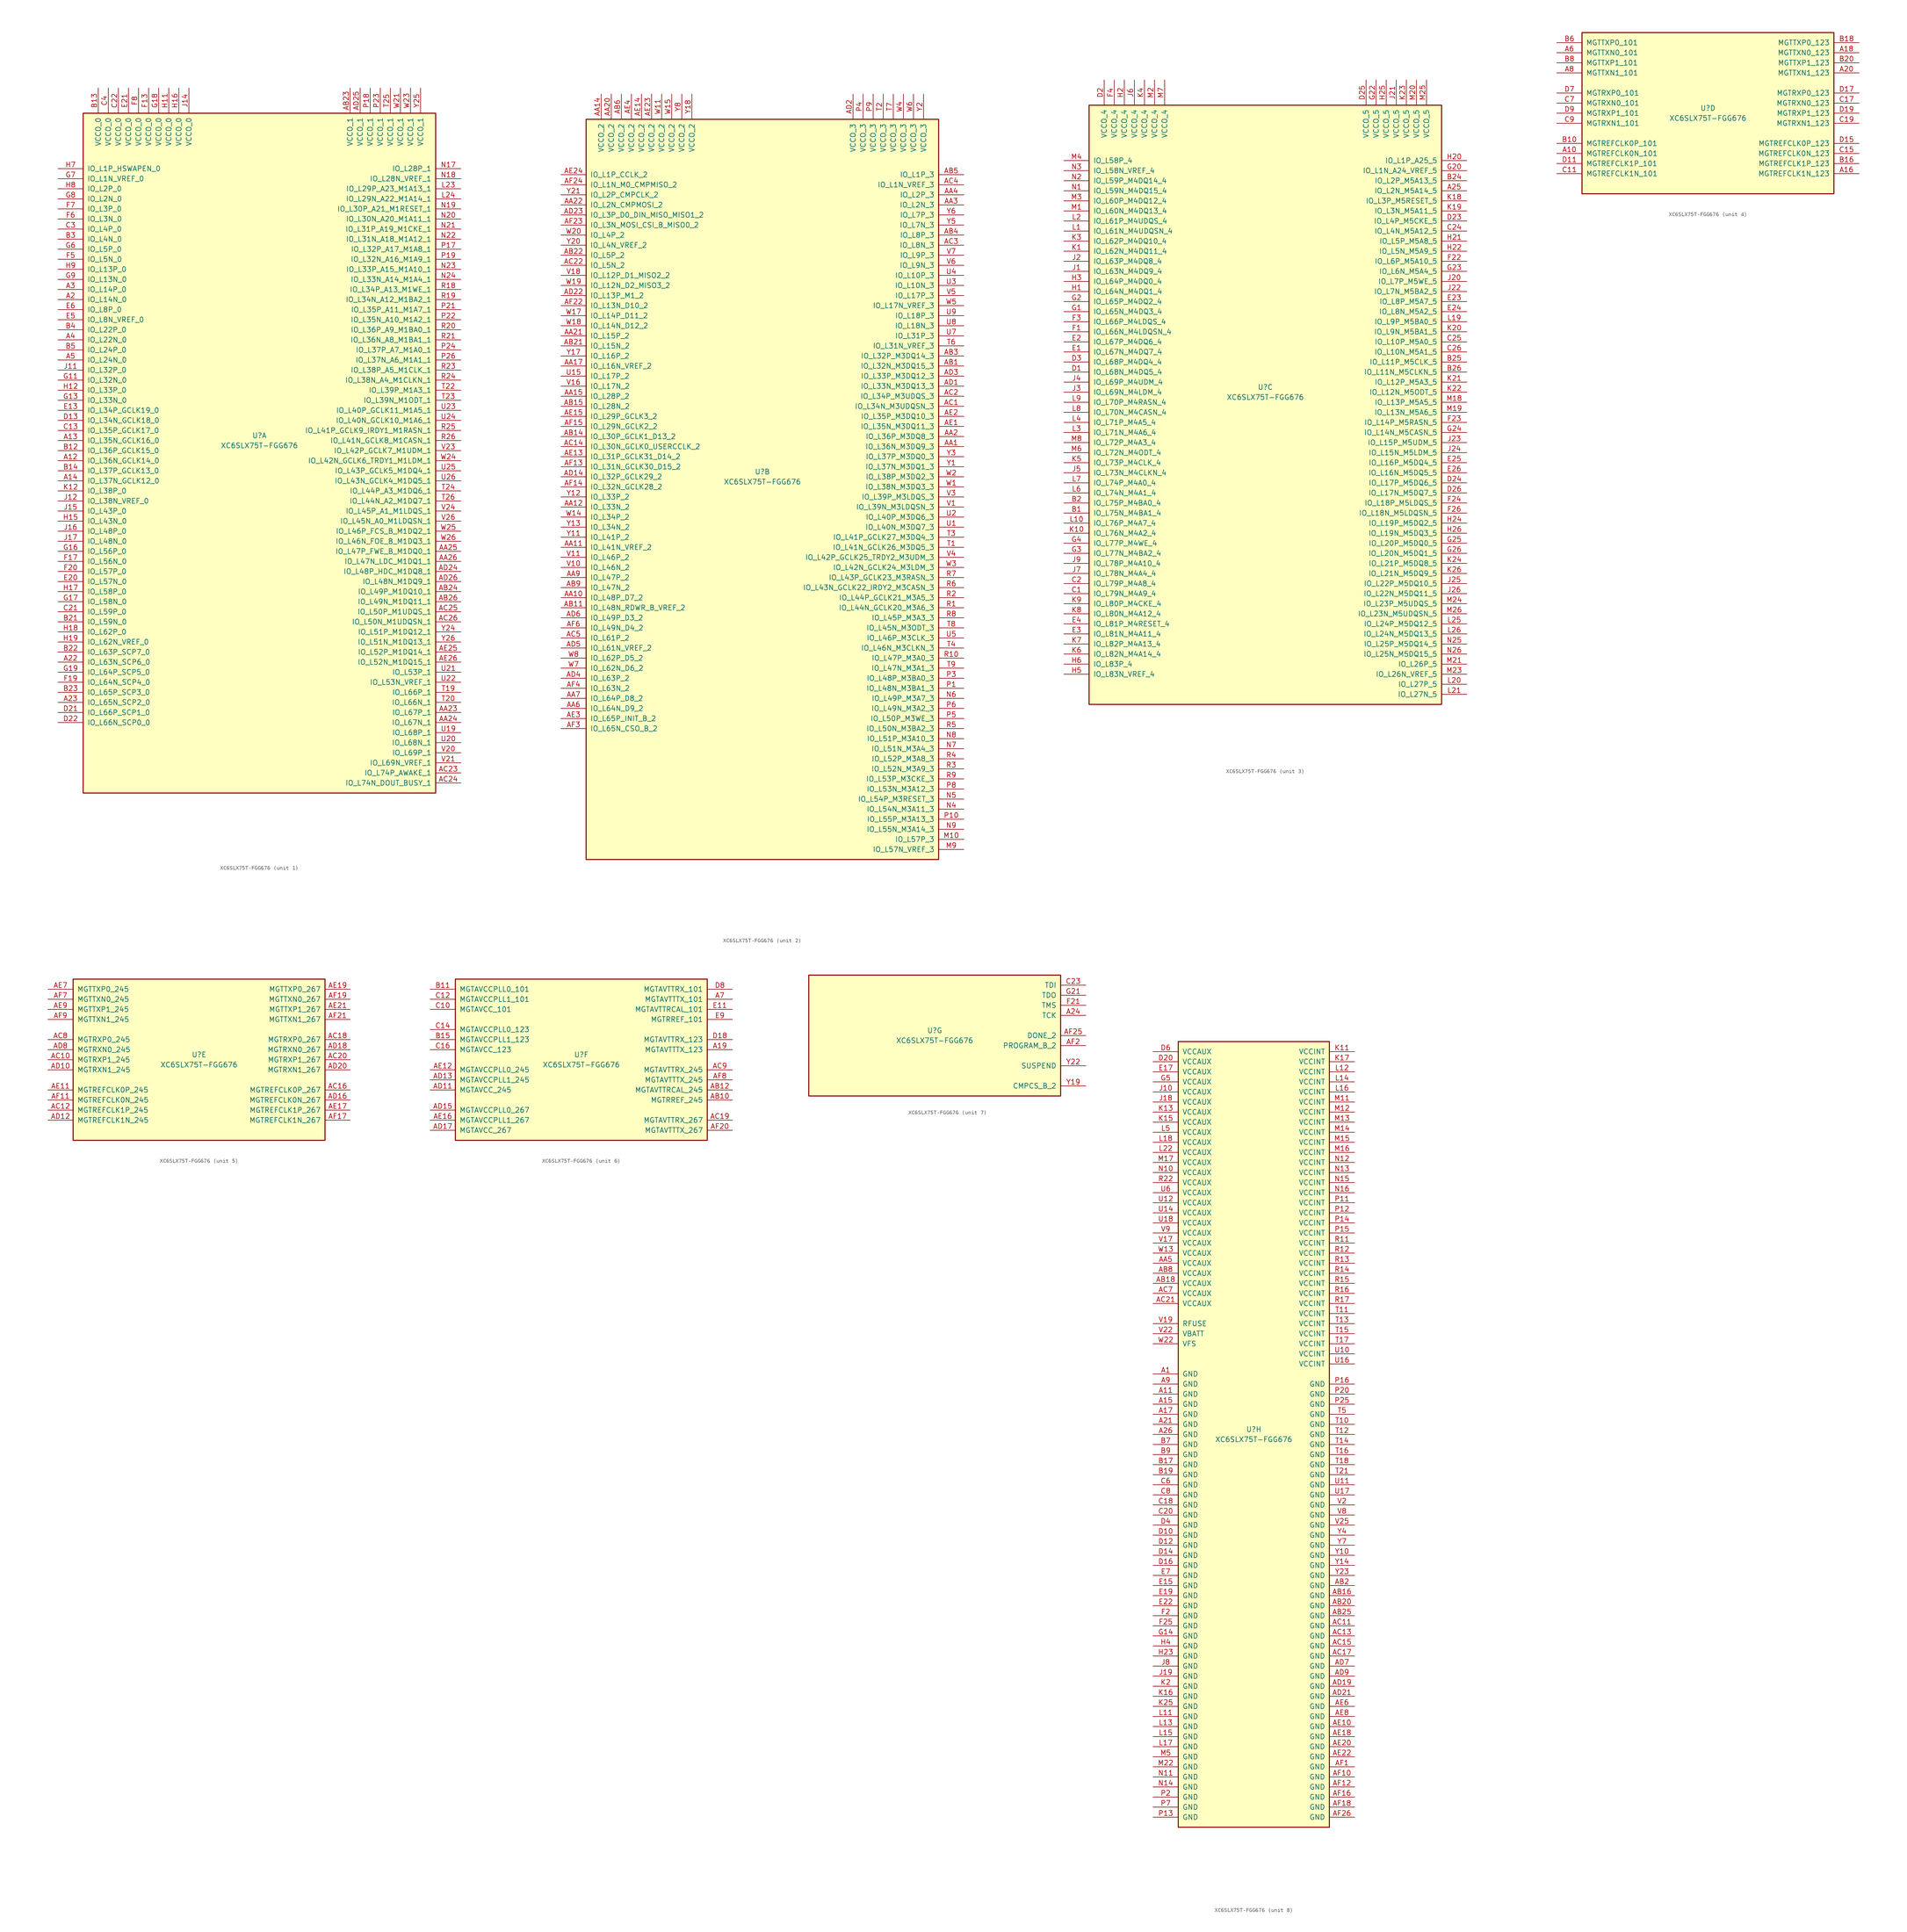
<source format=kicad_sym>
(kicad_symbol_lib
  (version 20220914)
  (generator kicad_symbol_editor)
  (symbol "XC6SLX75T-FGG676"
    (pin_names
      (offset 1.016))
    (property "Reference" "U"
      (at 0 1.27 0)
      (effects (font (size 1.27 1.27))))
    (property "Value" "XC6SLX75T-FGG676"
      (at 0 -1.27 0)
      (effects (font (size 1.27 1.27))))
    (property "Datasheet" ""
      (at 0 0 0)
      (effects (font (size 1.27 1.27))))
    (property "ki_locked" ""
      (at 0 0 0)
      (effects (font (size 1.27 1.27))))
    (symbol "XC6SLX75T-FGG676_1_1"
      (rectangle (start -44.45 82.55) (end 44.45 -88.9) (stroke (width 0.254) (type default)) (fill (type background)))
      (pin bidirectional line (at -50.8 -5.08 0) (length 6.35) (name "IO_L36N_GCLK14_0" (effects (font (size 1.27 1.27)))) (number "A12" (effects (font (size 1.27 1.27)))))
      (pin bidirectional line (at -50.8 0 0) (length 6.35) (name "IO_L35N_GCLK16_0" (effects (font (size 1.27 1.27)))) (number "A13" (effects (font (size 1.27 1.27)))))
      (pin bidirectional line (at -50.8 -10.16 0) (length 6.35) (name "IO_L37N_GCLK12_0" (effects (font (size 1.27 1.27)))) (number "A14" (effects (font (size 1.27 1.27)))))
      (pin bidirectional line (at -50.8 35.56 0) (length 6.35) (name "IO_L14N_0" (effects (font (size 1.27 1.27)))) (number "A2" (effects (font (size 1.27 1.27)))))
      (pin bidirectional line (at -50.8 -55.88 0) (length 6.35) (name "IO_L63N_SCP6_0" (effects (font (size 1.27 1.27)))) (number "A22" (effects (font (size 1.27 1.27)))))
      (pin bidirectional line (at -50.8 -66.04 0) (length 6.35) (name "IO_L65N_SCP2_0" (effects (font (size 1.27 1.27)))) (number "A23" (effects (font (size 1.27 1.27)))))
      (pin bidirectional line (at -50.8 38.1 0) (length 6.35) (name "IO_L14P_0" (effects (font (size 1.27 1.27)))) (number "A3" (effects (font (size 1.27 1.27)))))
      (pin bidirectional line (at -50.8 25.4 0) (length 6.35) (name "IO_L22N_0" (effects (font (size 1.27 1.27)))) (number "A4" (effects (font (size 1.27 1.27)))))
      (pin bidirectional line (at -50.8 20.32 0) (length 6.35) (name "IO_L24N_0" (effects (font (size 1.27 1.27)))) (number "A5" (effects (font (size 1.27 1.27)))))
      (pin bidirectional line (at 50.8 -68.58 180) (length 6.35) (name "IO_L67P_1" (effects (font (size 1.27 1.27)))) (number "AA23" (effects (font (size 1.27 1.27)))))
      (pin bidirectional line (at 50.8 -71.12 180) (length 6.35) (name "IO_L67N_1" (effects (font (size 1.27 1.27)))) (number "AA24" (effects (font (size 1.27 1.27)))))
      (pin bidirectional line (at 50.8 -27.94 180) (length 6.35) (name "IO_L47P_FWE_B_M1DQ0_1" (effects (font (size 1.27 1.27)))) (number "AA25" (effects (font (size 1.27 1.27)))))
      (pin bidirectional line (at 50.8 -30.48 180) (length 6.35) (name "IO_L47N_LDC_M1DQ1_1" (effects (font (size 1.27 1.27)))) (number "AA26" (effects (font (size 1.27 1.27)))))
      (pin power_in line (at 22.86 88.9 270) (length 6.35) (name "VCCO_1" (effects (font (size 1.27 1.27)))) (number "AB23" (effects (font (size 1.27 1.27)))))
      (pin bidirectional line (at 50.8 -38.1 180) (length 6.35) (name "IO_L49P_M1DQ10_1" (effects (font (size 1.27 1.27)))) (number "AB24" (effects (font (size 1.27 1.27)))))
      (pin bidirectional line (at 50.8 -40.64 180) (length 6.35) (name "IO_L49N_M1DQ11_1" (effects (font (size 1.27 1.27)))) (number "AB26" (effects (font (size 1.27 1.27)))))
      (pin bidirectional line (at 50.8 -83.82 180) (length 6.35) (name "IO_L74P_AWAKE_1" (effects (font (size 1.27 1.27)))) (number "AC23" (effects (font (size 1.27 1.27)))))
      (pin bidirectional line (at 50.8 -86.36 180) (length 6.35) (name "IO_L74N_DOUT_BUSY_1" (effects (font (size 1.27 1.27)))) (number "AC24" (effects (font (size 1.27 1.27)))))
      (pin bidirectional line (at 50.8 -43.18 180) (length 6.35) (name "IO_L50P_M1UDQS_1" (effects (font (size 1.27 1.27)))) (number "AC25" (effects (font (size 1.27 1.27)))))
      (pin bidirectional line (at 50.8 -45.72 180) (length 6.35) (name "IO_L50N_M1UDQSN_1" (effects (font (size 1.27 1.27)))) (number "AC26" (effects (font (size 1.27 1.27)))))
      (pin bidirectional line (at 50.8 -33.02 180) (length 6.35) (name "IO_L48P_HDC_M1DQ8_1" (effects (font (size 1.27 1.27)))) (number "AD24" (effects (font (size 1.27 1.27)))))
      (pin power_in line (at 25.4 88.9 270) (length 6.35) (name "VCCO_1" (effects (font (size 1.27 1.27)))) (number "AD25" (effects (font (size 1.27 1.27)))))
      (pin bidirectional line (at 50.8 -35.56 180) (length 6.35) (name "IO_L48N_M1DQ9_1" (effects (font (size 1.27 1.27)))) (number "AD26" (effects (font (size 1.27 1.27)))))
      (pin bidirectional line (at 50.8 -53.34 180) (length 6.35) (name "IO_L52P_M1DQ14_1" (effects (font (size 1.27 1.27)))) (number "AE25" (effects (font (size 1.27 1.27)))))
      (pin bidirectional line (at 50.8 -55.88 180) (length 6.35) (name "IO_L52N_M1DQ15_1" (effects (font (size 1.27 1.27)))) (number "AE26" (effects (font (size 1.27 1.27)))))
      (pin bidirectional line (at -50.8 -2.54 0) (length 6.35) (name "IO_L36P_GCLK15_0" (effects (font (size 1.27 1.27)))) (number "B12" (effects (font (size 1.27 1.27)))))
      (pin power_in line (at -40.64 88.9 270) (length 6.35) (name "VCCO_0" (effects (font (size 1.27 1.27)))) (number "B13" (effects (font (size 1.27 1.27)))))
      (pin bidirectional line (at -50.8 -7.62 0) (length 6.35) (name "IO_L37P_GCLK13_0" (effects (font (size 1.27 1.27)))) (number "B14" (effects (font (size 1.27 1.27)))))
      (pin bidirectional line (at -50.8 -45.72 0) (length 6.35) (name "IO_L59N_0" (effects (font (size 1.27 1.27)))) (number "B21" (effects (font (size 1.27 1.27)))))
      (pin bidirectional line (at -50.8 -53.34 0) (length 6.35) (name "IO_L63P_SCP7_0" (effects (font (size 1.27 1.27)))) (number "B22" (effects (font (size 1.27 1.27)))))
      (pin bidirectional line (at -50.8 -63.5 0) (length 6.35) (name "IO_L65P_SCP3_0" (effects (font (size 1.27 1.27)))) (number "B23" (effects (font (size 1.27 1.27)))))
      (pin bidirectional line (at -50.8 50.8 0) (length 6.35) (name "IO_L4N_0" (effects (font (size 1.27 1.27)))) (number "B3" (effects (font (size 1.27 1.27)))))
      (pin bidirectional line (at -50.8 27.94 0) (length 6.35) (name "IO_L22P_0" (effects (font (size 1.27 1.27)))) (number "B4" (effects (font (size 1.27 1.27)))))
      (pin bidirectional line (at -50.8 22.86 0) (length 6.35) (name "IO_L24P_0" (effects (font (size 1.27 1.27)))) (number "B5" (effects (font (size 1.27 1.27)))))
      (pin bidirectional line (at -50.8 2.54 0) (length 6.35) (name "IO_L35P_GCLK17_0" (effects (font (size 1.27 1.27)))) (number "C13" (effects (font (size 1.27 1.27)))))
      (pin bidirectional line (at -50.8 -43.18 0) (length 6.35) (name "IO_L59P_0" (effects (font (size 1.27 1.27)))) (number "C21" (effects (font (size 1.27 1.27)))))
      (pin power_in line (at -35.56 88.9 270) (length 6.35) (name "VCCO_0" (effects (font (size 1.27 1.27)))) (number "C22" (effects (font (size 1.27 1.27)))))
      (pin bidirectional line (at -50.8 53.34 0) (length 6.35) (name "IO_L4P_0" (effects (font (size 1.27 1.27)))) (number "C3" (effects (font (size 1.27 1.27)))))
      (pin power_in line (at -38.1 88.9 270) (length 6.35) (name "VCCO_0" (effects (font (size 1.27 1.27)))) (number "C4" (effects (font (size 1.27 1.27)))))
      (pin bidirectional line (at -50.8 5.08 0) (length 6.35) (name "IO_L34N_GCLK18_0" (effects (font (size 1.27 1.27)))) (number "D13" (effects (font (size 1.27 1.27)))))
      (pin bidirectional line (at -50.8 -68.58 0) (length 6.35) (name "IO_L66P_SCP1_0" (effects (font (size 1.27 1.27)))) (number "D21" (effects (font (size 1.27 1.27)))))
      (pin bidirectional line (at -50.8 -71.12 0) (length 6.35) (name "IO_L66N_SCP0_0" (effects (font (size 1.27 1.27)))) (number "D22" (effects (font (size 1.27 1.27)))))
      (pin bidirectional line (at -50.8 7.62 0) (length 6.35) (name "IO_L34P_GCLK19_0" (effects (font (size 1.27 1.27)))) (number "E13" (effects (font (size 1.27 1.27)))))
      (pin bidirectional line (at -50.8 -35.56 0) (length 6.35) (name "IO_L57N_0" (effects (font (size 1.27 1.27)))) (number "E20" (effects (font (size 1.27 1.27)))))
      (pin power_in line (at -33.02 88.9 270) (length 6.35) (name "VCCO_0" (effects (font (size 1.27 1.27)))) (number "E21" (effects (font (size 1.27 1.27)))))
      (pin bidirectional line (at -50.8 30.48 0) (length 6.35) (name "IO_L8N_VREF_0" (effects (font (size 1.27 1.27)))) (number "E5" (effects (font (size 1.27 1.27)))))
      (pin bidirectional line (at -50.8 33.02 0) (length 6.35) (name "IO_L8P_0" (effects (font (size 1.27 1.27)))) (number "E6" (effects (font (size 1.27 1.27)))))
      (pin power_in line (at -27.94 88.9 270) (length 6.35) (name "VCCO_0" (effects (font (size 1.27 1.27)))) (number "F13" (effects (font (size 1.27 1.27)))))
      (pin bidirectional line (at -50.8 -30.48 0) (length 6.35) (name "IO_L56N_0" (effects (font (size 1.27 1.27)))) (number "F17" (effects (font (size 1.27 1.27)))))
      (pin bidirectional line (at -50.8 -60.96 0) (length 6.35) (name "IO_L64N_SCP4_0" (effects (font (size 1.27 1.27)))) (number "F19" (effects (font (size 1.27 1.27)))))
      (pin bidirectional line (at -50.8 -33.02 0) (length 6.35) (name "IO_L57P_0" (effects (font (size 1.27 1.27)))) (number "F20" (effects (font (size 1.27 1.27)))))
      (pin bidirectional line (at -50.8 45.72 0) (length 6.35) (name "IO_L5N_0" (effects (font (size 1.27 1.27)))) (number "F5" (effects (font (size 1.27 1.27)))))
      (pin bidirectional line (at -50.8 55.88 0) (length 6.35) (name "IO_L3N_0" (effects (font (size 1.27 1.27)))) (number "F6" (effects (font (size 1.27 1.27)))))
      (pin bidirectional line (at -50.8 58.42 0) (length 6.35) (name "IO_L3P_0" (effects (font (size 1.27 1.27)))) (number "F7" (effects (font (size 1.27 1.27)))))
      (pin power_in line (at -30.48 88.9 270) (length 6.35) (name "VCCO_0" (effects (font (size 1.27 1.27)))) (number "F8" (effects (font (size 1.27 1.27)))))
      (pin bidirectional line (at -50.8 15.24 0) (length 6.35) (name "IO_L32N_0" (effects (font (size 1.27 1.27)))) (number "G11" (effects (font (size 1.27 1.27)))))
      (pin bidirectional line (at -50.8 10.16 0) (length 6.35) (name "IO_L33N_0" (effects (font (size 1.27 1.27)))) (number "G13" (effects (font (size 1.27 1.27)))))
      (pin bidirectional line (at -50.8 -27.94 0) (length 6.35) (name "IO_L56P_0" (effects (font (size 1.27 1.27)))) (number "G16" (effects (font (size 1.27 1.27)))))
      (pin bidirectional line (at -50.8 -40.64 0) (length 6.35) (name "IO_L58N_0" (effects (font (size 1.27 1.27)))) (number "G17" (effects (font (size 1.27 1.27)))))
      (pin power_in line (at -25.4 88.9 270) (length 6.35) (name "VCCO_0" (effects (font (size 1.27 1.27)))) (number "G18" (effects (font (size 1.27 1.27)))))
      (pin bidirectional line (at -50.8 -58.42 0) (length 6.35) (name "IO_L64P_SCP5_0" (effects (font (size 1.27 1.27)))) (number "G19" (effects (font (size 1.27 1.27)))))
      (pin bidirectional line (at -50.8 48.26 0) (length 6.35) (name "IO_L5P_0" (effects (font (size 1.27 1.27)))) (number "G6" (effects (font (size 1.27 1.27)))))
      (pin bidirectional line (at -50.8 66.04 0) (length 6.35) (name "IO_L1N_VREF_0" (effects (font (size 1.27 1.27)))) (number "G7" (effects (font (size 1.27 1.27)))))
      (pin bidirectional line (at -50.8 60.96 0) (length 6.35) (name "IO_L2N_0" (effects (font (size 1.27 1.27)))) (number "G8" (effects (font (size 1.27 1.27)))))
      (pin bidirectional line (at -50.8 40.64 0) (length 6.35) (name "IO_L13N_0" (effects (font (size 1.27 1.27)))) (number "G9" (effects (font (size 1.27 1.27)))))
      (pin power_in line (at -22.86 88.9 270) (length 6.35) (name "VCCO_0" (effects (font (size 1.27 1.27)))) (number "H11" (effects (font (size 1.27 1.27)))))
      (pin bidirectional line (at -50.8 12.7 0) (length 6.35) (name "IO_L33P_0" (effects (font (size 1.27 1.27)))) (number "H12" (effects (font (size 1.27 1.27)))))
      (pin bidirectional line (at -50.8 -20.32 0) (length 6.35) (name "IO_L43N_0" (effects (font (size 1.27 1.27)))) (number "H15" (effects (font (size 1.27 1.27)))))
      (pin power_in line (at -20.32 88.9 270) (length 6.35) (name "VCCO_0" (effects (font (size 1.27 1.27)))) (number "H16" (effects (font (size 1.27 1.27)))))
      (pin bidirectional line (at -50.8 -38.1 0) (length 6.35) (name "IO_L58P_0" (effects (font (size 1.27 1.27)))) (number "H17" (effects (font (size 1.27 1.27)))))
      (pin bidirectional line (at -50.8 -48.26 0) (length 6.35) (name "IO_L62P_0" (effects (font (size 1.27 1.27)))) (number "H18" (effects (font (size 1.27 1.27)))))
      (pin bidirectional line (at -50.8 -50.8 0) (length 6.35) (name "IO_L62N_VREF_0" (effects (font (size 1.27 1.27)))) (number "H19" (effects (font (size 1.27 1.27)))))
      (pin bidirectional line (at -50.8 68.58 0) (length 6.35) (name "IO_L1P_HSWAPEN_0" (effects (font (size 1.27 1.27)))) (number "H7" (effects (font (size 1.27 1.27)))))
      (pin bidirectional line (at -50.8 63.5 0) (length 6.35) (name "IO_L2P_0" (effects (font (size 1.27 1.27)))) (number "H8" (effects (font (size 1.27 1.27)))))
      (pin bidirectional line (at -50.8 43.18 0) (length 6.35) (name "IO_L13P_0" (effects (font (size 1.27 1.27)))) (number "H9" (effects (font (size 1.27 1.27)))))
      (pin bidirectional line (at -50.8 17.78 0) (length 6.35) (name "IO_L32P_0" (effects (font (size 1.27 1.27)))) (number "J11" (effects (font (size 1.27 1.27)))))
      (pin bidirectional line (at -50.8 -15.24 0) (length 6.35) (name "IO_L38N_VREF_0" (effects (font (size 1.27 1.27)))) (number "J12" (effects (font (size 1.27 1.27)))))
      (pin power_in line (at -17.78 88.9 270) (length 6.35) (name "VCCO_0" (effects (font (size 1.27 1.27)))) (number "J14" (effects (font (size 1.27 1.27)))))
      (pin bidirectional line (at -50.8 -17.78 0) (length 6.35) (name "IO_L43P_0" (effects (font (size 1.27 1.27)))) (number "J15" (effects (font (size 1.27 1.27)))))
      (pin bidirectional line (at -50.8 -22.86 0) (length 6.35) (name "IO_L48P_0" (effects (font (size 1.27 1.27)))) (number "J16" (effects (font (size 1.27 1.27)))))
      (pin bidirectional line (at -50.8 -25.4 0) (length 6.35) (name "IO_L48N_0" (effects (font (size 1.27 1.27)))) (number "J17" (effects (font (size 1.27 1.27)))))
      (pin bidirectional line (at -50.8 -12.7 0) (length 6.35) (name "IO_L38P_0" (effects (font (size 1.27 1.27)))) (number "K12" (effects (font (size 1.27 1.27)))))
      (pin bidirectional line (at 50.8 63.5 180) (length 6.35) (name "IO_L29P_A23_M1A13_1" (effects (font (size 1.27 1.27)))) (number "L23" (effects (font (size 1.27 1.27)))))
      (pin bidirectional line (at 50.8 60.96 180) (length 6.35) (name "IO_L29N_A22_M1A14_1" (effects (font (size 1.27 1.27)))) (number "L24" (effects (font (size 1.27 1.27)))))
      (pin bidirectional line (at 50.8 68.58 180) (length 6.35) (name "IO_L28P_1" (effects (font (size 1.27 1.27)))) (number "N17" (effects (font (size 1.27 1.27)))))
      (pin bidirectional line (at 50.8 66.04 180) (length 6.35) (name "IO_L28N_VREF_1" (effects (font (size 1.27 1.27)))) (number "N18" (effects (font (size 1.27 1.27)))))
      (pin bidirectional line (at 50.8 58.42 180) (length 6.35) (name "IO_L30P_A21_M1RESET_1" (effects (font (size 1.27 1.27)))) (number "N19" (effects (font (size 1.27 1.27)))))
      (pin bidirectional line (at 50.8 55.88 180) (length 6.35) (name "IO_L30N_A20_M1A11_1" (effects (font (size 1.27 1.27)))) (number "N20" (effects (font (size 1.27 1.27)))))
      (pin bidirectional line (at 50.8 53.34 180) (length 6.35) (name "IO_L31P_A19_M1CKE_1" (effects (font (size 1.27 1.27)))) (number "N21" (effects (font (size 1.27 1.27)))))
      (pin bidirectional line (at 50.8 50.8 180) (length 6.35) (name "IO_L31N_A18_M1A12_1" (effects (font (size 1.27 1.27)))) (number "N22" (effects (font (size 1.27 1.27)))))
      (pin bidirectional line (at 50.8 43.18 180) (length 6.35) (name "IO_L33P_A15_M1A10_1" (effects (font (size 1.27 1.27)))) (number "N23" (effects (font (size 1.27 1.27)))))
      (pin bidirectional line (at 50.8 40.64 180) (length 6.35) (name "IO_L33N_A14_M1A4_1" (effects (font (size 1.27 1.27)))) (number "N24" (effects (font (size 1.27 1.27)))))
      (pin bidirectional line (at 50.8 48.26 180) (length 6.35) (name "IO_L32P_A17_M1A8_1" (effects (font (size 1.27 1.27)))) (number "P17" (effects (font (size 1.27 1.27)))))
      (pin power_in line (at 27.94 88.9 270) (length 6.35) (name "VCCO_1" (effects (font (size 1.27 1.27)))) (number "P18" (effects (font (size 1.27 1.27)))))
      (pin bidirectional line (at 50.8 45.72 180) (length 6.35) (name "IO_L32N_A16_M1A9_1" (effects (font (size 1.27 1.27)))) (number "P19" (effects (font (size 1.27 1.27)))))
      (pin bidirectional line (at 50.8 33.02 180) (length 6.35) (name "IO_L35P_A11_M1A7_1" (effects (font (size 1.27 1.27)))) (number "P21" (effects (font (size 1.27 1.27)))))
      (pin bidirectional line (at 50.8 30.48 180) (length 6.35) (name "IO_L35N_A10_M1A2_1" (effects (font (size 1.27 1.27)))) (number "P22" (effects (font (size 1.27 1.27)))))
      (pin power_in line (at 30.48 88.9 270) (length 6.35) (name "VCCO_1" (effects (font (size 1.27 1.27)))) (number "P23" (effects (font (size 1.27 1.27)))))
      (pin bidirectional line (at 50.8 22.86 180) (length 6.35) (name "IO_L37P_A7_M1A0_1" (effects (font (size 1.27 1.27)))) (number "P24" (effects (font (size 1.27 1.27)))))
      (pin bidirectional line (at 50.8 20.32 180) (length 6.35) (name "IO_L37N_A6_M1A1_1" (effects (font (size 1.27 1.27)))) (number "P26" (effects (font (size 1.27 1.27)))))
      (pin bidirectional line (at 50.8 38.1 180) (length 6.35) (name "IO_L34P_A13_M1WE_1" (effects (font (size 1.27 1.27)))) (number "R18" (effects (font (size 1.27 1.27)))))
      (pin bidirectional line (at 50.8 35.56 180) (length 6.35) (name "IO_L34N_A12_M1BA2_1" (effects (font (size 1.27 1.27)))) (number "R19" (effects (font (size 1.27 1.27)))))
      (pin bidirectional line (at 50.8 27.94 180) (length 6.35) (name "IO_L36P_A9_M1BA0_1" (effects (font (size 1.27 1.27)))) (number "R20" (effects (font (size 1.27 1.27)))))
      (pin bidirectional line (at 50.8 25.4 180) (length 6.35) (name "IO_L36N_A8_M1BA1_1" (effects (font (size 1.27 1.27)))) (number "R21" (effects (font (size 1.27 1.27)))))
      (pin bidirectional line (at 50.8 17.78 180) (length 6.35) (name "IO_L38P_A5_M1CLK_1" (effects (font (size 1.27 1.27)))) (number "R23" (effects (font (size 1.27 1.27)))))
      (pin bidirectional line (at 50.8 15.24 180) (length 6.35) (name "IO_L38N_A4_M1CLKN_1" (effects (font (size 1.27 1.27)))) (number "R24" (effects (font (size 1.27 1.27)))))
      (pin bidirectional line (at 50.8 2.54 180) (length 6.35) (name "IO_L41P_GCLK9_IRDY1_M1RASN_1" (effects (font (size 1.27 1.27)))) (number "R25" (effects (font (size 1.27 1.27)))))
      (pin bidirectional line (at 50.8 0 180) (length 6.35) (name "IO_L41N_GCLK8_M1CASN_1" (effects (font (size 1.27 1.27)))) (number "R26" (effects (font (size 1.27 1.27)))))
      (pin bidirectional line (at 50.8 -63.5 180) (length 6.35) (name "IO_L66P_1" (effects (font (size 1.27 1.27)))) (number "T19" (effects (font (size 1.27 1.27)))))
      (pin bidirectional line (at 50.8 -66.04 180) (length 6.35) (name "IO_L66N_1" (effects (font (size 1.27 1.27)))) (number "T20" (effects (font (size 1.27 1.27)))))
      (pin bidirectional line (at 50.8 12.7 180) (length 6.35) (name "IO_L39P_M1A3_1" (effects (font (size 1.27 1.27)))) (number "T22" (effects (font (size 1.27 1.27)))))
      (pin bidirectional line (at 50.8 10.16 180) (length 6.35) (name "IO_L39N_M1ODT_1" (effects (font (size 1.27 1.27)))) (number "T23" (effects (font (size 1.27 1.27)))))
      (pin bidirectional line (at 50.8 -12.7 180) (length 6.35) (name "IO_L44P_A3_M1DQ6_1" (effects (font (size 1.27 1.27)))) (number "T24" (effects (font (size 1.27 1.27)))))
      (pin power_in line (at 33.02 88.9 270) (length 6.35) (name "VCCO_1" (effects (font (size 1.27 1.27)))) (number "T25" (effects (font (size 1.27 1.27)))))
      (pin bidirectional line (at 50.8 -15.24 180) (length 6.35) (name "IO_L44N_A2_M1DQ7_1" (effects (font (size 1.27 1.27)))) (number "T26" (effects (font (size 1.27 1.27)))))
      (pin bidirectional line (at 50.8 -73.66 180) (length 6.35) (name "IO_L68P_1" (effects (font (size 1.27 1.27)))) (number "U19" (effects (font (size 1.27 1.27)))))
      (pin bidirectional line (at 50.8 -76.2 180) (length 6.35) (name "IO_L68N_1" (effects (font (size 1.27 1.27)))) (number "U20" (effects (font (size 1.27 1.27)))))
      (pin bidirectional line (at 50.8 -58.42 180) (length 6.35) (name "IO_L53P_1" (effects (font (size 1.27 1.27)))) (number "U21" (effects (font (size 1.27 1.27)))))
      (pin bidirectional line (at 50.8 -60.96 180) (length 6.35) (name "IO_L53N_VREF_1" (effects (font (size 1.27 1.27)))) (number "U22" (effects (font (size 1.27 1.27)))))
      (pin bidirectional line (at 50.8 7.62 180) (length 6.35) (name "IO_L40P_GCLK11_M1A5_1" (effects (font (size 1.27 1.27)))) (number "U23" (effects (font (size 1.27 1.27)))))
      (pin bidirectional line (at 50.8 5.08 180) (length 6.35) (name "IO_L40N_GCLK10_M1A6_1" (effects (font (size 1.27 1.27)))) (number "U24" (effects (font (size 1.27 1.27)))))
      (pin bidirectional line (at 50.8 -7.62 180) (length 6.35) (name "IO_L43P_GCLK5_M1DQ4_1" (effects (font (size 1.27 1.27)))) (number "U25" (effects (font (size 1.27 1.27)))))
      (pin bidirectional line (at 50.8 -10.16 180) (length 6.35) (name "IO_L43N_GCLK4_M1DQ5_1" (effects (font (size 1.27 1.27)))) (number "U26" (effects (font (size 1.27 1.27)))))
      (pin bidirectional line (at 50.8 -78.74 180) (length 6.35) (name "IO_L69P_1" (effects (font (size 1.27 1.27)))) (number "V20" (effects (font (size 1.27 1.27)))))
      (pin bidirectional line (at 50.8 -81.28 180) (length 6.35) (name "IO_L69N_VREF_1" (effects (font (size 1.27 1.27)))) (number "V21" (effects (font (size 1.27 1.27)))))
      (pin bidirectional line (at 50.8 -2.54 180) (length 6.35) (name "IO_L42P_GCLK7_M1UDM_1" (effects (font (size 1.27 1.27)))) (number "V23" (effects (font (size 1.27 1.27)))))
      (pin bidirectional line (at 50.8 -17.78 180) (length 6.35) (name "IO_L45P_A1_M1LDQS_1" (effects (font (size 1.27 1.27)))) (number "V24" (effects (font (size 1.27 1.27)))))
      (pin bidirectional line (at 50.8 -20.32 180) (length 6.35) (name "IO_L45N_A0_M1LDQSN_1" (effects (font (size 1.27 1.27)))) (number "V26" (effects (font (size 1.27 1.27)))))
      (pin power_in line (at 35.56 88.9 270) (length 6.35) (name "VCCO_1" (effects (font (size 1.27 1.27)))) (number "W21" (effects (font (size 1.27 1.27)))))
      (pin power_in line (at 38.1 88.9 270) (length 6.35) (name "VCCO_1" (effects (font (size 1.27 1.27)))) (number "W23" (effects (font (size 1.27 1.27)))))
      (pin bidirectional line (at 50.8 -5.08 180) (length 6.35) (name "IO_L42N_GCLK6_TRDY1_M1LDM_1" (effects (font (size 1.27 1.27)))) (number "W24" (effects (font (size 1.27 1.27)))))
      (pin bidirectional line (at 50.8 -22.86 180) (length 6.35) (name "IO_L46P_FCS_B_M1DQ2_1" (effects (font (size 1.27 1.27)))) (number "W25" (effects (font (size 1.27 1.27)))))
      (pin bidirectional line (at 50.8 -25.4 180) (length 6.35) (name "IO_L46N_FOE_B_M1DQ3_1" (effects (font (size 1.27 1.27)))) (number "W26" (effects (font (size 1.27 1.27)))))
      (pin bidirectional line (at 50.8 -48.26 180) (length 6.35) (name "IO_L51P_M1DQ12_1" (effects (font (size 1.27 1.27)))) (number "Y24" (effects (font (size 1.27 1.27)))))
      (pin power_in line (at 40.64 88.9 270) (length 6.35) (name "VCCO_1" (effects (font (size 1.27 1.27)))) (number "Y25" (effects (font (size 1.27 1.27)))))
      (pin bidirectional line (at 50.8 -50.8 180) (length 6.35) (name "IO_L51N_M1DQ13_1" (effects (font (size 1.27 1.27)))) (number "Y26" (effects (font (size 1.27 1.27))))))
    (symbol "XC6SLX75T-FGG676_2_1"
      (rectangle (start -44.45 90.17) (end 44.45 -96.52) (stroke (width 0.254) (type default)) (fill (type background)))
      (pin bidirectional line (at 50.8 7.62 180) (length 6.35) (name "IO_L36N_M3DQ9_3" (effects (font (size 1.27 1.27)))) (number "AA1" (effects (font (size 1.27 1.27)))))
      (pin bidirectional line (at -50.8 -30.48 0) (length 6.35) (name "IO_L48P_D7_2" (effects (font (size 1.27 1.27)))) (number "AA10" (effects (font (size 1.27 1.27)))))
      (pin bidirectional line (at -50.8 -17.78 0) (length 6.35) (name "IO_L41N_VREF_2" (effects (font (size 1.27 1.27)))) (number "AA11" (effects (font (size 1.27 1.27)))))
      (pin bidirectional line (at -50.8 -7.62 0) (length 6.35) (name "IO_L33N_2" (effects (font (size 1.27 1.27)))) (number "AA12" (effects (font (size 1.27 1.27)))))
      (pin power_in line (at -40.64 96.52 270) (length 6.35) (name "VCCO_2" (effects (font (size 1.27 1.27)))) (number "AA14" (effects (font (size 1.27 1.27)))))
      (pin bidirectional line (at -50.8 20.32 0) (length 6.35) (name "IO_L28P_2" (effects (font (size 1.27 1.27)))) (number "AA15" (effects (font (size 1.27 1.27)))))
      (pin bidirectional line (at -50.8 27.94 0) (length 6.35) (name "IO_L16N_VREF_2" (effects (font (size 1.27 1.27)))) (number "AA17" (effects (font (size 1.27 1.27)))))
      (pin bidirectional line (at 50.8 10.16 180) (length 6.35) (name "IO_L36P_M3DQ8_3" (effects (font (size 1.27 1.27)))) (number "AA2" (effects (font (size 1.27 1.27)))))
      (pin power_in line (at -38.1 96.52 270) (length 6.35) (name "VCCO_2" (effects (font (size 1.27 1.27)))) (number "AA20" (effects (font (size 1.27 1.27)))))
      (pin bidirectional line (at -50.8 35.56 0) (length 6.35) (name "IO_L15P_2" (effects (font (size 1.27 1.27)))) (number "AA21" (effects (font (size 1.27 1.27)))))
      (pin bidirectional line (at -50.8 68.58 0) (length 6.35) (name "IO_L2N_CMPMOSI_2" (effects (font (size 1.27 1.27)))) (number "AA22" (effects (font (size 1.27 1.27)))))
      (pin bidirectional line (at 50.8 68.58 180) (length 6.35) (name "IO_L2N_3" (effects (font (size 1.27 1.27)))) (number "AA3" (effects (font (size 1.27 1.27)))))
      (pin bidirectional line (at 50.8 71.12 180) (length 6.35) (name "IO_L2P_3" (effects (font (size 1.27 1.27)))) (number "AA4" (effects (font (size 1.27 1.27)))))
      (pin bidirectional line (at -50.8 -58.42 0) (length 6.35) (name "IO_L64N_D9_2" (effects (font (size 1.27 1.27)))) (number "AA6" (effects (font (size 1.27 1.27)))))
      (pin bidirectional line (at -50.8 -55.88 0) (length 6.35) (name "IO_L64P_D8_2" (effects (font (size 1.27 1.27)))) (number "AA7" (effects (font (size 1.27 1.27)))))
      (pin bidirectional line (at -50.8 -25.4 0) (length 6.35) (name "IO_L47P_2" (effects (font (size 1.27 1.27)))) (number "AA9" (effects (font (size 1.27 1.27)))))
      (pin bidirectional line (at 50.8 27.94 180) (length 6.35) (name "IO_L32N_M3DQ15_3" (effects (font (size 1.27 1.27)))) (number "AB1" (effects (font (size 1.27 1.27)))))
      (pin bidirectional line (at -50.8 -33.02 0) (length 6.35) (name "IO_L48N_RDWR_B_VREF_2" (effects (font (size 1.27 1.27)))) (number "AB11" (effects (font (size 1.27 1.27)))))
      (pin bidirectional line (at -50.8 10.16 0) (length 6.35) (name "IO_L30P_GCLK1_D13_2" (effects (font (size 1.27 1.27)))) (number "AB14" (effects (font (size 1.27 1.27)))))
      (pin bidirectional line (at -50.8 17.78 0) (length 6.35) (name "IO_L28N_2" (effects (font (size 1.27 1.27)))) (number "AB15" (effects (font (size 1.27 1.27)))))
      (pin bidirectional line (at -50.8 33.02 0) (length 6.35) (name "IO_L15N_2" (effects (font (size 1.27 1.27)))) (number "AB21" (effects (font (size 1.27 1.27)))))
      (pin bidirectional line (at -50.8 55.88 0) (length 6.35) (name "IO_L5P_2" (effects (font (size 1.27 1.27)))) (number "AB22" (effects (font (size 1.27 1.27)))))
      (pin bidirectional line (at 50.8 30.48 180) (length 6.35) (name "IO_L32P_M3DQ14_3" (effects (font (size 1.27 1.27)))) (number "AB3" (effects (font (size 1.27 1.27)))))
      (pin bidirectional line (at 50.8 60.96 180) (length 6.35) (name "IO_L8P_3" (effects (font (size 1.27 1.27)))) (number "AB4" (effects (font (size 1.27 1.27)))))
      (pin bidirectional line (at 50.8 76.2 180) (length 6.35) (name "IO_L1P_3" (effects (font (size 1.27 1.27)))) (number "AB5" (effects (font (size 1.27 1.27)))))
      (pin power_in line (at -35.56 96.52 270) (length 6.35) (name "VCCO_2" (effects (font (size 1.27 1.27)))) (number "AB6" (effects (font (size 1.27 1.27)))))
      (pin bidirectional line (at -50.8 -27.94 0) (length 6.35) (name "IO_L47N_2" (effects (font (size 1.27 1.27)))) (number "AB9" (effects (font (size 1.27 1.27)))))
      (pin bidirectional line (at 50.8 17.78 180) (length 6.35) (name "IO_L34N_M3UDQSN_3" (effects (font (size 1.27 1.27)))) (number "AC1" (effects (font (size 1.27 1.27)))))
      (pin bidirectional line (at -50.8 7.62 0) (length 6.35) (name "IO_L30N_GCLK0_USERCCLK_2" (effects (font (size 1.27 1.27)))) (number "AC14" (effects (font (size 1.27 1.27)))))
      (pin bidirectional line (at 50.8 20.32 180) (length 6.35) (name "IO_L34P_M3UDQS_3" (effects (font (size 1.27 1.27)))) (number "AC2" (effects (font (size 1.27 1.27)))))
      (pin bidirectional line (at -50.8 53.34 0) (length 6.35) (name "IO_L5N_2" (effects (font (size 1.27 1.27)))) (number "AC22" (effects (font (size 1.27 1.27)))))
      (pin bidirectional line (at 50.8 58.42 180) (length 6.35) (name "IO_L8N_3" (effects (font (size 1.27 1.27)))) (number "AC3" (effects (font (size 1.27 1.27)))))
      (pin bidirectional line (at 50.8 73.66 180) (length 6.35) (name "IO_L1N_VREF_3" (effects (font (size 1.27 1.27)))) (number "AC4" (effects (font (size 1.27 1.27)))))
      (pin bidirectional line (at -50.8 -40.64 0) (length 6.35) (name "IO_L61P_2" (effects (font (size 1.27 1.27)))) (number "AC5" (effects (font (size 1.27 1.27)))))
      (pin bidirectional line (at 50.8 22.86 180) (length 6.35) (name "IO_L33N_M3DQ13_3" (effects (font (size 1.27 1.27)))) (number "AD1" (effects (font (size 1.27 1.27)))))
      (pin bidirectional line (at -50.8 0 0) (length 6.35) (name "IO_L32P_GCLK29_2" (effects (font (size 1.27 1.27)))) (number "AD14" (effects (font (size 1.27 1.27)))))
      (pin power_in line (at 22.86 96.52 270) (length 6.35) (name "VCCO_3" (effects (font (size 1.27 1.27)))) (number "AD2" (effects (font (size 1.27 1.27)))))
      (pin bidirectional line (at -50.8 45.72 0) (length 6.35) (name "IO_L13P_M1_2" (effects (font (size 1.27 1.27)))) (number "AD22" (effects (font (size 1.27 1.27)))))
      (pin bidirectional line (at -50.8 66.04 0) (length 6.35) (name "IO_L3P_D0_DIN_MISO_MISO1_2" (effects (font (size 1.27 1.27)))) (number "AD23" (effects (font (size 1.27 1.27)))))
      (pin bidirectional line (at 50.8 25.4 180) (length 6.35) (name "IO_L33P_M3DQ12_3" (effects (font (size 1.27 1.27)))) (number "AD3" (effects (font (size 1.27 1.27)))))
      (pin bidirectional line (at -50.8 -50.8 0) (length 6.35) (name "IO_L63P_2" (effects (font (size 1.27 1.27)))) (number "AD4" (effects (font (size 1.27 1.27)))))
      (pin bidirectional line (at -50.8 -43.18 0) (length 6.35) (name "IO_L61N_VREF_2" (effects (font (size 1.27 1.27)))) (number "AD5" (effects (font (size 1.27 1.27)))))
      (pin bidirectional line (at -50.8 -35.56 0) (length 6.35) (name "IO_L49P_D3_2" (effects (font (size 1.27 1.27)))) (number "AD6" (effects (font (size 1.27 1.27)))))
      (pin bidirectional line (at 50.8 12.7 180) (length 6.35) (name "IO_L35N_M3DQ11_3" (effects (font (size 1.27 1.27)))) (number "AE1" (effects (font (size 1.27 1.27)))))
      (pin bidirectional line (at -50.8 5.08 0) (length 6.35) (name "IO_L31P_GCLK31_D14_2" (effects (font (size 1.27 1.27)))) (number "AE13" (effects (font (size 1.27 1.27)))))
      (pin power_in line (at -30.48 96.52 270) (length 6.35) (name "VCCO_2" (effects (font (size 1.27 1.27)))) (number "AE14" (effects (font (size 1.27 1.27)))))
      (pin bidirectional line (at -50.8 15.24 0) (length 6.35) (name "IO_L29P_GCLK3_2" (effects (font (size 1.27 1.27)))) (number "AE15" (effects (font (size 1.27 1.27)))))
      (pin bidirectional line (at 50.8 15.24 180) (length 6.35) (name "IO_L35P_M3DQ10_3" (effects (font (size 1.27 1.27)))) (number "AE2" (effects (font (size 1.27 1.27)))))
      (pin power_in line (at -27.94 96.52 270) (length 6.35) (name "VCCO_2" (effects (font (size 1.27 1.27)))) (number "AE23" (effects (font (size 1.27 1.27)))))
      (pin bidirectional line (at -50.8 76.2 0) (length 6.35) (name "IO_L1P_CCLK_2" (effects (font (size 1.27 1.27)))) (number "AE24" (effects (font (size 1.27 1.27)))))
      (pin bidirectional line (at -50.8 -60.96 0) (length 6.35) (name "IO_L65P_INIT_B_2" (effects (font (size 1.27 1.27)))) (number "AE3" (effects (font (size 1.27 1.27)))))
      (pin power_in line (at -33.02 96.52 270) (length 6.35) (name "VCCO_2" (effects (font (size 1.27 1.27)))) (number "AE4" (effects (font (size 1.27 1.27)))))
      (pin bidirectional line (at -50.8 2.54 0) (length 6.35) (name "IO_L31N_GCLK30_D15_2" (effects (font (size 1.27 1.27)))) (number "AF13" (effects (font (size 1.27 1.27)))))
      (pin bidirectional line (at -50.8 -2.54 0) (length 6.35) (name "IO_L32N_GCLK28_2" (effects (font (size 1.27 1.27)))) (number "AF14" (effects (font (size 1.27 1.27)))))
      (pin bidirectional line (at -50.8 12.7 0) (length 6.35) (name "IO_L29N_GCLK2_2" (effects (font (size 1.27 1.27)))) (number "AF15" (effects (font (size 1.27 1.27)))))
      (pin bidirectional line (at -50.8 43.18 0) (length 6.35) (name "IO_L13N_D10_2" (effects (font (size 1.27 1.27)))) (number "AF22" (effects (font (size 1.27 1.27)))))
      (pin bidirectional line (at -50.8 63.5 0) (length 6.35) (name "IO_L3N_MOSI_CSI_B_MISO0_2" (effects (font (size 1.27 1.27)))) (number "AF23" (effects (font (size 1.27 1.27)))))
      (pin bidirectional line (at -50.8 73.66 0) (length 6.35) (name "IO_L1N_M0_CMPMISO_2" (effects (font (size 1.27 1.27)))) (number "AF24" (effects (font (size 1.27 1.27)))))
      (pin bidirectional line (at -50.8 -63.5 0) (length 6.35) (name "IO_L65N_CSO_B_2" (effects (font (size 1.27 1.27)))) (number "AF3" (effects (font (size 1.27 1.27)))))
      (pin bidirectional line (at -50.8 -53.34 0) (length 6.35) (name "IO_L63N_2" (effects (font (size 1.27 1.27)))) (number "AF4" (effects (font (size 1.27 1.27)))))
      (pin bidirectional line (at -50.8 -38.1 0) (length 6.35) (name "IO_L49N_D4_2" (effects (font (size 1.27 1.27)))) (number "AF6" (effects (font (size 1.27 1.27)))))
      (pin bidirectional line (at 50.8 -91.44 180) (length 6.35) (name "IO_L57P_3" (effects (font (size 1.27 1.27)))) (number "M10" (effects (font (size 1.27 1.27)))))
      (pin bidirectional line (at 50.8 -93.98 180) (length 6.35) (name "IO_L57N_VREF_3" (effects (font (size 1.27 1.27)))) (number "M9" (effects (font (size 1.27 1.27)))))
      (pin bidirectional line (at 50.8 -83.82 180) (length 6.35) (name "IO_L54N_M3A11_3" (effects (font (size 1.27 1.27)))) (number "N4" (effects (font (size 1.27 1.27)))))
      (pin bidirectional line (at 50.8 -81.28 180) (length 6.35) (name "IO_L54P_M3RESET_3" (effects (font (size 1.27 1.27)))) (number "N5" (effects (font (size 1.27 1.27)))))
      (pin bidirectional line (at 50.8 -55.88 180) (length 6.35) (name "IO_L49P_M3A7_3" (effects (font (size 1.27 1.27)))) (number "N6" (effects (font (size 1.27 1.27)))))
      (pin bidirectional line (at 50.8 -68.58 180) (length 6.35) (name "IO_L51N_M3A4_3" (effects (font (size 1.27 1.27)))) (number "N7" (effects (font (size 1.27 1.27)))))
      (pin bidirectional line (at 50.8 -66.04 180) (length 6.35) (name "IO_L51P_M3A10_3" (effects (font (size 1.27 1.27)))) (number "N8" (effects (font (size 1.27 1.27)))))
      (pin bidirectional line (at 50.8 -88.9 180) (length 6.35) (name "IO_L55N_M3A14_3" (effects (font (size 1.27 1.27)))) (number "N9" (effects (font (size 1.27 1.27)))))
      (pin bidirectional line (at 50.8 -53.34 180) (length 6.35) (name "IO_L48N_M3BA1_3" (effects (font (size 1.27 1.27)))) (number "P1" (effects (font (size 1.27 1.27)))))
      (pin bidirectional line (at 50.8 -86.36 180) (length 6.35) (name "IO_L55P_M3A13_3" (effects (font (size 1.27 1.27)))) (number "P10" (effects (font (size 1.27 1.27)))))
      (pin bidirectional line (at 50.8 -50.8 180) (length 6.35) (name "IO_L48P_M3BA0_3" (effects (font (size 1.27 1.27)))) (number "P3" (effects (font (size 1.27 1.27)))))
      (pin power_in line (at 25.4 96.52 270) (length 6.35) (name "VCCO_3" (effects (font (size 1.27 1.27)))) (number "P4" (effects (font (size 1.27 1.27)))))
      (pin bidirectional line (at 50.8 -60.96 180) (length 6.35) (name "IO_L50P_M3WE_3" (effects (font (size 1.27 1.27)))) (number "P5" (effects (font (size 1.27 1.27)))))
      (pin bidirectional line (at 50.8 -58.42 180) (length 6.35) (name "IO_L49N_M3A2_3" (effects (font (size 1.27 1.27)))) (number "P6" (effects (font (size 1.27 1.27)))))
      (pin bidirectional line (at 50.8 -78.74 180) (length 6.35) (name "IO_L53N_M3A12_3" (effects (font (size 1.27 1.27)))) (number "P8" (effects (font (size 1.27 1.27)))))
      (pin power_in line (at 27.94 96.52 270) (length 6.35) (name "VCCO_3" (effects (font (size 1.27 1.27)))) (number "P9" (effects (font (size 1.27 1.27)))))
      (pin bidirectional line (at 50.8 -33.02 180) (length 6.35) (name "IO_L44N_GCLK20_M3A6_3" (effects (font (size 1.27 1.27)))) (number "R1" (effects (font (size 1.27 1.27)))))
      (pin bidirectional line (at 50.8 -45.72 180) (length 6.35) (name "IO_L47P_M3A0_3" (effects (font (size 1.27 1.27)))) (number "R10" (effects (font (size 1.27 1.27)))))
      (pin bidirectional line (at 50.8 -30.48 180) (length 6.35) (name "IO_L44P_GCLK21_M3A5_3" (effects (font (size 1.27 1.27)))) (number "R2" (effects (font (size 1.27 1.27)))))
      (pin bidirectional line (at 50.8 -73.66 180) (length 6.35) (name "IO_L52N_M3A9_3" (effects (font (size 1.27 1.27)))) (number "R3" (effects (font (size 1.27 1.27)))))
      (pin bidirectional line (at 50.8 -71.12 180) (length 6.35) (name "IO_L52P_M3A8_3" (effects (font (size 1.27 1.27)))) (number "R4" (effects (font (size 1.27 1.27)))))
      (pin bidirectional line (at 50.8 -63.5 180) (length 6.35) (name "IO_L50N_M3BA2_3" (effects (font (size 1.27 1.27)))) (number "R5" (effects (font (size 1.27 1.27)))))
      (pin bidirectional line (at 50.8 -27.94 180) (length 6.35) (name "IO_L43N_GCLK22_IRDY2_M3CASN_3" (effects (font (size 1.27 1.27)))) (number "R6" (effects (font (size 1.27 1.27)))))
      (pin bidirectional line (at 50.8 -25.4 180) (length 6.35) (name "IO_L43P_GCLK23_M3RASN_3" (effects (font (size 1.27 1.27)))) (number "R7" (effects (font (size 1.27 1.27)))))
      (pin bidirectional line (at 50.8 -35.56 180) (length 6.35) (name "IO_L45P_M3A3_3" (effects (font (size 1.27 1.27)))) (number "R8" (effects (font (size 1.27 1.27)))))
      (pin bidirectional line (at 50.8 -76.2 180) (length 6.35) (name "IO_L53P_M3CKE_3" (effects (font (size 1.27 1.27)))) (number "R9" (effects (font (size 1.27 1.27)))))
      (pin bidirectional line (at 50.8 -17.78 180) (length 6.35) (name "IO_L41N_GCLK26_M3DQ5_3" (effects (font (size 1.27 1.27)))) (number "T1" (effects (font (size 1.27 1.27)))))
      (pin power_in line (at 30.48 96.52 270) (length 6.35) (name "VCCO_3" (effects (font (size 1.27 1.27)))) (number "T2" (effects (font (size 1.27 1.27)))))
      (pin bidirectional line (at 50.8 -15.24 180) (length 6.35) (name "IO_L41P_GCLK27_M3DQ4_3" (effects (font (size 1.27 1.27)))) (number "T3" (effects (font (size 1.27 1.27)))))
      (pin bidirectional line (at 50.8 -43.18 180) (length 6.35) (name "IO_L46N_M3CLKN_3" (effects (font (size 1.27 1.27)))) (number "T4" (effects (font (size 1.27 1.27)))))
      (pin bidirectional line (at 50.8 33.02 180) (length 6.35) (name "IO_L31N_VREF_3" (effects (font (size 1.27 1.27)))) (number "T6" (effects (font (size 1.27 1.27)))))
      (pin power_in line (at 33.02 96.52 270) (length 6.35) (name "VCCO_3" (effects (font (size 1.27 1.27)))) (number "T7" (effects (font (size 1.27 1.27)))))
      (pin bidirectional line (at 50.8 -38.1 180) (length 6.35) (name "IO_L45N_M3ODT_3" (effects (font (size 1.27 1.27)))) (number "T8" (effects (font (size 1.27 1.27)))))
      (pin bidirectional line (at 50.8 -48.26 180) (length 6.35) (name "IO_L47N_M3A1_3" (effects (font (size 1.27 1.27)))) (number "T9" (effects (font (size 1.27 1.27)))))
      (pin bidirectional line (at 50.8 -12.7 180) (length 6.35) (name "IO_L40N_M3DQ7_3" (effects (font (size 1.27 1.27)))) (number "U1" (effects (font (size 1.27 1.27)))))
      (pin bidirectional line (at -50.8 25.4 0) (length 6.35) (name "IO_L17P_2" (effects (font (size 1.27 1.27)))) (number "U15" (effects (font (size 1.27 1.27)))))
      (pin bidirectional line (at 50.8 -10.16 180) (length 6.35) (name "IO_L40P_M3DQ6_3" (effects (font (size 1.27 1.27)))) (number "U2" (effects (font (size 1.27 1.27)))))
      (pin bidirectional line (at 50.8 48.26 180) (length 6.35) (name "IO_L10N_3" (effects (font (size 1.27 1.27)))) (number "U3" (effects (font (size 1.27 1.27)))))
      (pin bidirectional line (at 50.8 50.8 180) (length 6.35) (name "IO_L10P_3" (effects (font (size 1.27 1.27)))) (number "U4" (effects (font (size 1.27 1.27)))))
      (pin bidirectional line (at 50.8 -40.64 180) (length 6.35) (name "IO_L46P_M3CLK_3" (effects (font (size 1.27 1.27)))) (number "U5" (effects (font (size 1.27 1.27)))))
      (pin bidirectional line (at 50.8 35.56 180) (length 6.35) (name "IO_L31P_3" (effects (font (size 1.27 1.27)))) (number "U7" (effects (font (size 1.27 1.27)))))
      (pin bidirectional line (at 50.8 38.1 180) (length 6.35) (name "IO_L18N_3" (effects (font (size 1.27 1.27)))) (number "U8" (effects (font (size 1.27 1.27)))))
      (pin bidirectional line (at 50.8 40.64 180) (length 6.35) (name "IO_L18P_3" (effects (font (size 1.27 1.27)))) (number "U9" (effects (font (size 1.27 1.27)))))
      (pin bidirectional line (at 50.8 -7.62 180) (length 6.35) (name "IO_L39N_M3LDQSN_3" (effects (font (size 1.27 1.27)))) (number "V1" (effects (font (size 1.27 1.27)))))
      (pin bidirectional line (at -50.8 -22.86 0) (length 6.35) (name "IO_L46N_2" (effects (font (size 1.27 1.27)))) (number "V10" (effects (font (size 1.27 1.27)))))
      (pin bidirectional line (at -50.8 -20.32 0) (length 6.35) (name "IO_L46P_2" (effects (font (size 1.27 1.27)))) (number "V11" (effects (font (size 1.27 1.27)))))
      (pin bidirectional line (at -50.8 22.86 0) (length 6.35) (name "IO_L17N_2" (effects (font (size 1.27 1.27)))) (number "V16" (effects (font (size 1.27 1.27)))))
      (pin bidirectional line (at -50.8 50.8 0) (length 6.35) (name "IO_L12P_D1_MISO2_2" (effects (font (size 1.27 1.27)))) (number "V18" (effects (font (size 1.27 1.27)))))
      (pin bidirectional line (at 50.8 -5.08 180) (length 6.35) (name "IO_L39P_M3LDQS_3" (effects (font (size 1.27 1.27)))) (number "V3" (effects (font (size 1.27 1.27)))))
      (pin bidirectional line (at 50.8 -20.32 180) (length 6.35) (name "IO_L42P_GCLK25_TRDY2_M3UDM_3" (effects (font (size 1.27 1.27)))) (number "V4" (effects (font (size 1.27 1.27)))))
      (pin bidirectional line (at 50.8 45.72 180) (length 6.35) (name "IO_L17P_3" (effects (font (size 1.27 1.27)))) (number "V5" (effects (font (size 1.27 1.27)))))
      (pin bidirectional line (at 50.8 53.34 180) (length 6.35) (name "IO_L9N_3" (effects (font (size 1.27 1.27)))) (number "V6" (effects (font (size 1.27 1.27)))))
      (pin bidirectional line (at 50.8 55.88 180) (length 6.35) (name "IO_L9P_3" (effects (font (size 1.27 1.27)))) (number "V7" (effects (font (size 1.27 1.27)))))
      (pin bidirectional line (at 50.8 -2.54 180) (length 6.35) (name "IO_L38N_M3DQ3_3" (effects (font (size 1.27 1.27)))) (number "W1" (effects (font (size 1.27 1.27)))))
      (pin power_in line (at -25.4 96.52 270) (length 6.35) (name "VCCO_2" (effects (font (size 1.27 1.27)))) (number "W11" (effects (font (size 1.27 1.27)))))
      (pin bidirectional line (at -50.8 -10.16 0) (length 6.35) (name "IO_L34P_2" (effects (font (size 1.27 1.27)))) (number "W14" (effects (font (size 1.27 1.27)))))
      (pin power_in line (at -22.86 96.52 270) (length 6.35) (name "VCCO_2" (effects (font (size 1.27 1.27)))) (number "W15" (effects (font (size 1.27 1.27)))))
      (pin bidirectional line (at -50.8 40.64 0) (length 6.35) (name "IO_L14P_D11_2" (effects (font (size 1.27 1.27)))) (number "W17" (effects (font (size 1.27 1.27)))))
      (pin bidirectional line (at -50.8 38.1 0) (length 6.35) (name "IO_L14N_D12_2" (effects (font (size 1.27 1.27)))) (number "W18" (effects (font (size 1.27 1.27)))))
      (pin bidirectional line (at -50.8 48.26 0) (length 6.35) (name "IO_L12N_D2_MISO3_2" (effects (font (size 1.27 1.27)))) (number "W19" (effects (font (size 1.27 1.27)))))
      (pin bidirectional line (at 50.8 0 180) (length 6.35) (name "IO_L38P_M3DQ2_3" (effects (font (size 1.27 1.27)))) (number "W2" (effects (font (size 1.27 1.27)))))
      (pin bidirectional line (at -50.8 60.96 0) (length 6.35) (name "IO_L4P_2" (effects (font (size 1.27 1.27)))) (number "W20" (effects (font (size 1.27 1.27)))))
      (pin bidirectional line (at 50.8 -22.86 180) (length 6.35) (name "IO_L42N_GCLK24_M3LDM_3" (effects (font (size 1.27 1.27)))) (number "W3" (effects (font (size 1.27 1.27)))))
      (pin power_in line (at 35.56 96.52 270) (length 6.35) (name "VCCO_3" (effects (font (size 1.27 1.27)))) (number "W4" (effects (font (size 1.27 1.27)))))
      (pin bidirectional line (at 50.8 43.18 180) (length 6.35) (name "IO_L17N_VREF_3" (effects (font (size 1.27 1.27)))) (number "W5" (effects (font (size 1.27 1.27)))))
      (pin power_in line (at 38.1 96.52 270) (length 6.35) (name "VCCO_3" (effects (font (size 1.27 1.27)))) (number "W6" (effects (font (size 1.27 1.27)))))
      (pin bidirectional line (at -50.8 -48.26 0) (length 6.35) (name "IO_L62N_D6_2" (effects (font (size 1.27 1.27)))) (number "W7" (effects (font (size 1.27 1.27)))))
      (pin bidirectional line (at -50.8 -45.72 0) (length 6.35) (name "IO_L62P_D5_2" (effects (font (size 1.27 1.27)))) (number "W8" (effects (font (size 1.27 1.27)))))
      (pin bidirectional line (at 50.8 2.54 180) (length 6.35) (name "IO_L37N_M3DQ1_3" (effects (font (size 1.27 1.27)))) (number "Y1" (effects (font (size 1.27 1.27)))))
      (pin bidirectional line (at -50.8 -15.24 0) (length 6.35) (name "IO_L41P_2" (effects (font (size 1.27 1.27)))) (number "Y11" (effects (font (size 1.27 1.27)))))
      (pin bidirectional line (at -50.8 -5.08 0) (length 6.35) (name "IO_L33P_2" (effects (font (size 1.27 1.27)))) (number "Y12" (effects (font (size 1.27 1.27)))))
      (pin bidirectional line (at -50.8 -12.7 0) (length 6.35) (name "IO_L34N_2" (effects (font (size 1.27 1.27)))) (number "Y13" (effects (font (size 1.27 1.27)))))
      (pin bidirectional line (at -50.8 30.48 0) (length 6.35) (name "IO_L16P_2" (effects (font (size 1.27 1.27)))) (number "Y17" (effects (font (size 1.27 1.27)))))
      (pin power_in line (at -17.78 96.52 270) (length 6.35) (name "VCCO_2" (effects (font (size 1.27 1.27)))) (number "Y18" (effects (font (size 1.27 1.27)))))
      (pin power_in line (at 40.64 96.52 270) (length 6.35) (name "VCCO_3" (effects (font (size 1.27 1.27)))) (number "Y2" (effects (font (size 1.27 1.27)))))
      (pin bidirectional line (at -50.8 58.42 0) (length 6.35) (name "IO_L4N_VREF_2" (effects (font (size 1.27 1.27)))) (number "Y20" (effects (font (size 1.27 1.27)))))
      (pin bidirectional line (at -50.8 71.12 0) (length 6.35) (name "IO_L2P_CMPCLK_2" (effects (font (size 1.27 1.27)))) (number "Y21" (effects (font (size 1.27 1.27)))))
      (pin bidirectional line (at 50.8 5.08 180) (length 6.35) (name "IO_L37P_M3DQ0_3" (effects (font (size 1.27 1.27)))) (number "Y3" (effects (font (size 1.27 1.27)))))
      (pin bidirectional line (at 50.8 63.5 180) (length 6.35) (name "IO_L7N_3" (effects (font (size 1.27 1.27)))) (number "Y5" (effects (font (size 1.27 1.27)))))
      (pin bidirectional line (at 50.8 66.04 180) (length 6.35) (name "IO_L7P_3" (effects (font (size 1.27 1.27)))) (number "Y6" (effects (font (size 1.27 1.27)))))
      (pin power_in line (at -20.32 96.52 270) (length 6.35) (name "VCCO_2" (effects (font (size 1.27 1.27)))) (number "Y8" (effects (font (size 1.27 1.27))))))
    (symbol "XC6SLX75T-FGG676_3_1"
      (rectangle (start -44.45 72.39) (end 44.45 -78.74) (stroke (width 0.254) (type default)) (fill (type background)))
      (pin bidirectional line (at 50.8 50.8 180) (length 6.35) (name "IO_L2N_M5A14_5" (effects (font (size 1.27 1.27)))) (number "A25" (effects (font (size 1.27 1.27)))))
      (pin bidirectional line (at -50.8 -30.48 0) (length 6.35) (name "IO_L75N_M4BA1_4" (effects (font (size 1.27 1.27)))) (number "B1" (effects (font (size 1.27 1.27)))))
      (pin bidirectional line (at -50.8 -27.94 0) (length 6.35) (name "IO_L75P_M4BA0_4" (effects (font (size 1.27 1.27)))) (number "B2" (effects (font (size 1.27 1.27)))))
      (pin bidirectional line (at 50.8 53.34 180) (length 6.35) (name "IO_L2P_M5A13_5" (effects (font (size 1.27 1.27)))) (number "B24" (effects (font (size 1.27 1.27)))))
      (pin bidirectional line (at 50.8 7.62 180) (length 6.35) (name "IO_L11P_M5CLK_5" (effects (font (size 1.27 1.27)))) (number "B25" (effects (font (size 1.27 1.27)))))
      (pin bidirectional line (at 50.8 5.08 180) (length 6.35) (name "IO_L11N_M5CLKN_5" (effects (font (size 1.27 1.27)))) (number "B26" (effects (font (size 1.27 1.27)))))
      (pin bidirectional line (at -50.8 -50.8 0) (length 6.35) (name "IO_L79N_M4A9_4" (effects (font (size 1.27 1.27)))) (number "C1" (effects (font (size 1.27 1.27)))))
      (pin bidirectional line (at -50.8 -48.26 0) (length 6.35) (name "IO_L79P_M4A8_4" (effects (font (size 1.27 1.27)))) (number "C2" (effects (font (size 1.27 1.27)))))
      (pin bidirectional line (at 50.8 40.64 180) (length 6.35) (name "IO_L4N_M5A12_5" (effects (font (size 1.27 1.27)))) (number "C24" (effects (font (size 1.27 1.27)))))
      (pin bidirectional line (at 50.8 12.7 180) (length 6.35) (name "IO_L10P_M5A0_5" (effects (font (size 1.27 1.27)))) (number "C25" (effects (font (size 1.27 1.27)))))
      (pin bidirectional line (at 50.8 10.16 180) (length 6.35) (name "IO_L10N_M5A1_5" (effects (font (size 1.27 1.27)))) (number "C26" (effects (font (size 1.27 1.27)))))
      (pin bidirectional line (at -50.8 5.08 0) (length 6.35) (name "IO_L68N_M4DQ5_4" (effects (font (size 1.27 1.27)))) (number "D1" (effects (font (size 1.27 1.27)))))
      (pin power_in line (at -40.64 78.74 270) (length 6.35) (name "VCCO_4" (effects (font (size 1.27 1.27)))) (number "D2" (effects (font (size 1.27 1.27)))))
      (pin bidirectional line (at 50.8 43.18 180) (length 6.35) (name "IO_L4P_M5CKE_5" (effects (font (size 1.27 1.27)))) (number "D23" (effects (font (size 1.27 1.27)))))
      (pin bidirectional line (at 50.8 -22.86 180) (length 6.35) (name "IO_L17P_M5DQ6_5" (effects (font (size 1.27 1.27)))) (number "D24" (effects (font (size 1.27 1.27)))))
      (pin power_in line (at 25.4 78.74 270) (length 6.35) (name "VCCO_5" (effects (font (size 1.27 1.27)))) (number "D25" (effects (font (size 1.27 1.27)))))
      (pin bidirectional line (at 50.8 -25.4 180) (length 6.35) (name "IO_L17N_M5DQ7_5" (effects (font (size 1.27 1.27)))) (number "D26" (effects (font (size 1.27 1.27)))))
      (pin bidirectional line (at -50.8 7.62 0) (length 6.35) (name "IO_L68P_M4DQ4_4" (effects (font (size 1.27 1.27)))) (number "D3" (effects (font (size 1.27 1.27)))))
      (pin bidirectional line (at -50.8 10.16 0) (length 6.35) (name "IO_L67N_M4DQ7_4" (effects (font (size 1.27 1.27)))) (number "E1" (effects (font (size 1.27 1.27)))))
      (pin bidirectional line (at -50.8 12.7 0) (length 6.35) (name "IO_L67P_M4DQ6_4" (effects (font (size 1.27 1.27)))) (number "E2" (effects (font (size 1.27 1.27)))))
      (pin bidirectional line (at 50.8 22.86 180) (length 6.35) (name "IO_L8P_M5A7_5" (effects (font (size 1.27 1.27)))) (number "E23" (effects (font (size 1.27 1.27)))))
      (pin bidirectional line (at 50.8 20.32 180) (length 6.35) (name "IO_L8N_M5A2_5" (effects (font (size 1.27 1.27)))) (number "E24" (effects (font (size 1.27 1.27)))))
      (pin bidirectional line (at 50.8 -17.78 180) (length 6.35) (name "IO_L16P_M5DQ4_5" (effects (font (size 1.27 1.27)))) (number "E25" (effects (font (size 1.27 1.27)))))
      (pin bidirectional line (at 50.8 -20.32 180) (length 6.35) (name "IO_L16N_M5DQ5_5" (effects (font (size 1.27 1.27)))) (number "E26" (effects (font (size 1.27 1.27)))))
      (pin bidirectional line (at -50.8 -60.96 0) (length 6.35) (name "IO_L81N_M4A11_4" (effects (font (size 1.27 1.27)))) (number "E3" (effects (font (size 1.27 1.27)))))
      (pin bidirectional line (at -50.8 -58.42 0) (length 6.35) (name "IO_L81P_M4RESET_4" (effects (font (size 1.27 1.27)))) (number "E4" (effects (font (size 1.27 1.27)))))
      (pin bidirectional line (at -50.8 15.24 0) (length 6.35) (name "IO_L66N_M4LDQSN_4" (effects (font (size 1.27 1.27)))) (number "F1" (effects (font (size 1.27 1.27)))))
      (pin bidirectional line (at 50.8 33.02 180) (length 6.35) (name "IO_L6P_M5A10_5" (effects (font (size 1.27 1.27)))) (number "F22" (effects (font (size 1.27 1.27)))))
      (pin bidirectional line (at 50.8 -7.62 180) (length 6.35) (name "IO_L14P_M5RASN_5" (effects (font (size 1.27 1.27)))) (number "F23" (effects (font (size 1.27 1.27)))))
      (pin bidirectional line (at 50.8 -27.94 180) (length 6.35) (name "IO_L18P_M5LDQS_5" (effects (font (size 1.27 1.27)))) (number "F24" (effects (font (size 1.27 1.27)))))
      (pin bidirectional line (at 50.8 -30.48 180) (length 6.35) (name "IO_L18N_M5LDQSN_5" (effects (font (size 1.27 1.27)))) (number "F26" (effects (font (size 1.27 1.27)))))
      (pin bidirectional line (at -50.8 17.78 0) (length 6.35) (name "IO_L66P_M4LDQS_4" (effects (font (size 1.27 1.27)))) (number "F3" (effects (font (size 1.27 1.27)))))
      (pin power_in line (at -38.1 78.74 270) (length 6.35) (name "VCCO_4" (effects (font (size 1.27 1.27)))) (number "F4" (effects (font (size 1.27 1.27)))))
      (pin bidirectional line (at -50.8 20.32 0) (length 6.35) (name "IO_L65N_M4DQ3_4" (effects (font (size 1.27 1.27)))) (number "G1" (effects (font (size 1.27 1.27)))))
      (pin bidirectional line (at -50.8 22.86 0) (length 6.35) (name "IO_L65P_M4DQ2_4" (effects (font (size 1.27 1.27)))) (number "G2" (effects (font (size 1.27 1.27)))))
      (pin bidirectional line (at 50.8 55.88 180) (length 6.35) (name "IO_L1N_A24_VREF_5" (effects (font (size 1.27 1.27)))) (number "G20" (effects (font (size 1.27 1.27)))))
      (pin power_in line (at 27.94 78.74 270) (length 6.35) (name "VCCO_5" (effects (font (size 1.27 1.27)))) (number "G22" (effects (font (size 1.27 1.27)))))
      (pin bidirectional line (at 50.8 30.48 180) (length 6.35) (name "IO_L6N_M5A4_5" (effects (font (size 1.27 1.27)))) (number "G23" (effects (font (size 1.27 1.27)))))
      (pin bidirectional line (at 50.8 -10.16 180) (length 6.35) (name "IO_L14N_M5CASN_5" (effects (font (size 1.27 1.27)))) (number "G24" (effects (font (size 1.27 1.27)))))
      (pin bidirectional line (at 50.8 -38.1 180) (length 6.35) (name "IO_L20P_M5DQ0_5" (effects (font (size 1.27 1.27)))) (number "G25" (effects (font (size 1.27 1.27)))))
      (pin bidirectional line (at 50.8 -40.64 180) (length 6.35) (name "IO_L20N_M5DQ1_5" (effects (font (size 1.27 1.27)))) (number "G26" (effects (font (size 1.27 1.27)))))
      (pin bidirectional line (at -50.8 -40.64 0) (length 6.35) (name "IO_L77N_M4BA2_4" (effects (font (size 1.27 1.27)))) (number "G3" (effects (font (size 1.27 1.27)))))
      (pin bidirectional line (at -50.8 -38.1 0) (length 6.35) (name "IO_L77P_M4WE_4" (effects (font (size 1.27 1.27)))) (number "G4" (effects (font (size 1.27 1.27)))))
      (pin bidirectional line (at -50.8 25.4 0) (length 6.35) (name "IO_L64N_M4DQ1_4" (effects (font (size 1.27 1.27)))) (number "H1" (effects (font (size 1.27 1.27)))))
      (pin power_in line (at -35.56 78.74 270) (length 6.35) (name "VCCO_4" (effects (font (size 1.27 1.27)))) (number "H2" (effects (font (size 1.27 1.27)))))
      (pin bidirectional line (at 50.8 58.42 180) (length 6.35) (name "IO_L1P_A25_5" (effects (font (size 1.27 1.27)))) (number "H20" (effects (font (size 1.27 1.27)))))
      (pin bidirectional line (at 50.8 38.1 180) (length 6.35) (name "IO_L5P_M5A8_5" (effects (font (size 1.27 1.27)))) (number "H21" (effects (font (size 1.27 1.27)))))
      (pin bidirectional line (at 50.8 35.56 180) (length 6.35) (name "IO_L5N_M5A9_5" (effects (font (size 1.27 1.27)))) (number "H22" (effects (font (size 1.27 1.27)))))
      (pin bidirectional line (at 50.8 -33.02 180) (length 6.35) (name "IO_L19P_M5DQ2_5" (effects (font (size 1.27 1.27)))) (number "H24" (effects (font (size 1.27 1.27)))))
      (pin power_in line (at 30.48 78.74 270) (length 6.35) (name "VCCO_5" (effects (font (size 1.27 1.27)))) (number "H25" (effects (font (size 1.27 1.27)))))
      (pin bidirectional line (at 50.8 -35.56 180) (length 6.35) (name "IO_L19N_M5DQ3_5" (effects (font (size 1.27 1.27)))) (number "H26" (effects (font (size 1.27 1.27)))))
      (pin bidirectional line (at -50.8 27.94 0) (length 6.35) (name "IO_L64P_M4DQ0_4" (effects (font (size 1.27 1.27)))) (number "H3" (effects (font (size 1.27 1.27)))))
      (pin bidirectional line (at -50.8 -71.12 0) (length 6.35) (name "IO_L83N_VREF_4" (effects (font (size 1.27 1.27)))) (number "H5" (effects (font (size 1.27 1.27)))))
      (pin bidirectional line (at -50.8 -68.58 0) (length 6.35) (name "IO_L83P_4" (effects (font (size 1.27 1.27)))) (number "H6" (effects (font (size 1.27 1.27)))))
      (pin bidirectional line (at -50.8 30.48 0) (length 6.35) (name "IO_L63N_M4DQ9_4" (effects (font (size 1.27 1.27)))) (number "J1" (effects (font (size 1.27 1.27)))))
      (pin bidirectional line (at -50.8 33.02 0) (length 6.35) (name "IO_L63P_M4DQ8_4" (effects (font (size 1.27 1.27)))) (number "J2" (effects (font (size 1.27 1.27)))))
      (pin bidirectional line (at 50.8 27.94 180) (length 6.35) (name "IO_L7P_M5WE_5" (effects (font (size 1.27 1.27)))) (number "J20" (effects (font (size 1.27 1.27)))))
      (pin power_in line (at 33.02 78.74 270) (length 6.35) (name "VCCO_5" (effects (font (size 1.27 1.27)))) (number "J21" (effects (font (size 1.27 1.27)))))
      (pin bidirectional line (at 50.8 25.4 180) (length 6.35) (name "IO_L7N_M5BA2_5" (effects (font (size 1.27 1.27)))) (number "J22" (effects (font (size 1.27 1.27)))))
      (pin bidirectional line (at 50.8 -12.7 180) (length 6.35) (name "IO_L15P_M5UDM_5" (effects (font (size 1.27 1.27)))) (number "J23" (effects (font (size 1.27 1.27)))))
      (pin bidirectional line (at 50.8 -15.24 180) (length 6.35) (name "IO_L15N_M5LDM_5" (effects (font (size 1.27 1.27)))) (number "J24" (effects (font (size 1.27 1.27)))))
      (pin bidirectional line (at 50.8 -48.26 180) (length 6.35) (name "IO_L22P_M5DQ10_5" (effects (font (size 1.27 1.27)))) (number "J25" (effects (font (size 1.27 1.27)))))
      (pin bidirectional line (at 50.8 -50.8 180) (length 6.35) (name "IO_L22N_M5DQ11_5" (effects (font (size 1.27 1.27)))) (number "J26" (effects (font (size 1.27 1.27)))))
      (pin bidirectional line (at -50.8 0 0) (length 6.35) (name "IO_L69N_M4LDM_4" (effects (font (size 1.27 1.27)))) (number "J3" (effects (font (size 1.27 1.27)))))
      (pin bidirectional line (at -50.8 2.54 0) (length 6.35) (name "IO_L69P_M4UDM_4" (effects (font (size 1.27 1.27)))) (number "J4" (effects (font (size 1.27 1.27)))))
      (pin bidirectional line (at -50.8 -20.32 0) (length 6.35) (name "IO_L73N_M4CLKN_4" (effects (font (size 1.27 1.27)))) (number "J5" (effects (font (size 1.27 1.27)))))
      (pin power_in line (at -33.02 78.74 270) (length 6.35) (name "VCCO_4" (effects (font (size 1.27 1.27)))) (number "J6" (effects (font (size 1.27 1.27)))))
      (pin bidirectional line (at -50.8 -45.72 0) (length 6.35) (name "IO_L78N_M4A4_4" (effects (font (size 1.27 1.27)))) (number "J7" (effects (font (size 1.27 1.27)))))
      (pin bidirectional line (at -50.8 -43.18 0) (length 6.35) (name "IO_L78P_M4A10_4" (effects (font (size 1.27 1.27)))) (number "J9" (effects (font (size 1.27 1.27)))))
      (pin bidirectional line (at -50.8 35.56 0) (length 6.35) (name "IO_L62N_M4DQ11_4" (effects (font (size 1.27 1.27)))) (number "K1" (effects (font (size 1.27 1.27)))))
      (pin bidirectional line (at -50.8 -35.56 0) (length 6.35) (name "IO_L76N_M4A2_4" (effects (font (size 1.27 1.27)))) (number "K10" (effects (font (size 1.27 1.27)))))
      (pin bidirectional line (at 50.8 48.26 180) (length 6.35) (name "IO_L3P_M5RESET_5" (effects (font (size 1.27 1.27)))) (number "K18" (effects (font (size 1.27 1.27)))))
      (pin bidirectional line (at 50.8 45.72 180) (length 6.35) (name "IO_L3N_M5A11_5" (effects (font (size 1.27 1.27)))) (number "K19" (effects (font (size 1.27 1.27)))))
      (pin bidirectional line (at 50.8 15.24 180) (length 6.35) (name "IO_L9N_M5BA1_5" (effects (font (size 1.27 1.27)))) (number "K20" (effects (font (size 1.27 1.27)))))
      (pin bidirectional line (at 50.8 2.54 180) (length 6.35) (name "IO_L12P_M5A3_5" (effects (font (size 1.27 1.27)))) (number "K21" (effects (font (size 1.27 1.27)))))
      (pin bidirectional line (at 50.8 0 180) (length 6.35) (name "IO_L12N_M5ODT_5" (effects (font (size 1.27 1.27)))) (number "K22" (effects (font (size 1.27 1.27)))))
      (pin power_in line (at 35.56 78.74 270) (length 6.35) (name "VCCO_5" (effects (font (size 1.27 1.27)))) (number "K23" (effects (font (size 1.27 1.27)))))
      (pin bidirectional line (at 50.8 -43.18 180) (length 6.35) (name "IO_L21P_M5DQ8_5" (effects (font (size 1.27 1.27)))) (number "K24" (effects (font (size 1.27 1.27)))))
      (pin bidirectional line (at 50.8 -45.72 180) (length 6.35) (name "IO_L21N_M5DQ9_5" (effects (font (size 1.27 1.27)))) (number "K26" (effects (font (size 1.27 1.27)))))
      (pin bidirectional line (at -50.8 38.1 0) (length 6.35) (name "IO_L62P_M4DQ10_4" (effects (font (size 1.27 1.27)))) (number "K3" (effects (font (size 1.27 1.27)))))
      (pin power_in line (at -30.48 78.74 270) (length 6.35) (name "VCCO_4" (effects (font (size 1.27 1.27)))) (number "K4" (effects (font (size 1.27 1.27)))))
      (pin bidirectional line (at -50.8 -17.78 0) (length 6.35) (name "IO_L73P_M4CLK_4" (effects (font (size 1.27 1.27)))) (number "K5" (effects (font (size 1.27 1.27)))))
      (pin bidirectional line (at -50.8 -66.04 0) (length 6.35) (name "IO_L82N_M4A14_4" (effects (font (size 1.27 1.27)))) (number "K6" (effects (font (size 1.27 1.27)))))
      (pin bidirectional line (at -50.8 -63.5 0) (length 6.35) (name "IO_L82P_M4A13_4" (effects (font (size 1.27 1.27)))) (number "K7" (effects (font (size 1.27 1.27)))))
      (pin bidirectional line (at -50.8 -55.88 0) (length 6.35) (name "IO_L80N_M4A12_4" (effects (font (size 1.27 1.27)))) (number "K8" (effects (font (size 1.27 1.27)))))
      (pin bidirectional line (at -50.8 -53.34 0) (length 6.35) (name "IO_L80P_M4CKE_4" (effects (font (size 1.27 1.27)))) (number "K9" (effects (font (size 1.27 1.27)))))
      (pin bidirectional line (at -50.8 40.64 0) (length 6.35) (name "IO_L61N_M4UDQSN_4" (effects (font (size 1.27 1.27)))) (number "L1" (effects (font (size 1.27 1.27)))))
      (pin bidirectional line (at -50.8 -33.02 0) (length 6.35) (name "IO_L76P_M4A7_4" (effects (font (size 1.27 1.27)))) (number "L10" (effects (font (size 1.27 1.27)))))
      (pin bidirectional line (at 50.8 17.78 180) (length 6.35) (name "IO_L9P_M5BA0_5" (effects (font (size 1.27 1.27)))) (number "L19" (effects (font (size 1.27 1.27)))))
      (pin bidirectional line (at -50.8 43.18 0) (length 6.35) (name "IO_L61P_M4UDQS_4" (effects (font (size 1.27 1.27)))) (number "L2" (effects (font (size 1.27 1.27)))))
      (pin bidirectional line (at 50.8 -73.66 180) (length 6.35) (name "IO_L27P_5" (effects (font (size 1.27 1.27)))) (number "L20" (effects (font (size 1.27 1.27)))))
      (pin bidirectional line (at 50.8 -76.2 180) (length 6.35) (name "IO_L27N_5" (effects (font (size 1.27 1.27)))) (number "L21" (effects (font (size 1.27 1.27)))))
      (pin bidirectional line (at 50.8 -58.42 180) (length 6.35) (name "IO_L24P_M5DQ12_5" (effects (font (size 1.27 1.27)))) (number "L25" (effects (font (size 1.27 1.27)))))
      (pin bidirectional line (at 50.8 -60.96 180) (length 6.35) (name "IO_L24N_M5DQ13_5" (effects (font (size 1.27 1.27)))) (number "L26" (effects (font (size 1.27 1.27)))))
      (pin bidirectional line (at -50.8 -10.16 0) (length 6.35) (name "IO_L71N_M4A6_4" (effects (font (size 1.27 1.27)))) (number "L3" (effects (font (size 1.27 1.27)))))
      (pin bidirectional line (at -50.8 -7.62 0) (length 6.35) (name "IO_L71P_M4A5_4" (effects (font (size 1.27 1.27)))) (number "L4" (effects (font (size 1.27 1.27)))))
      (pin bidirectional line (at -50.8 -25.4 0) (length 6.35) (name "IO_L74N_M4A1_4" (effects (font (size 1.27 1.27)))) (number "L6" (effects (font (size 1.27 1.27)))))
      (pin bidirectional line (at -50.8 -22.86 0) (length 6.35) (name "IO_L74P_M4A0_4" (effects (font (size 1.27 1.27)))) (number "L7" (effects (font (size 1.27 1.27)))))
      (pin bidirectional line (at -50.8 -5.08 0) (length 6.35) (name "IO_L70N_M4CASN_4" (effects (font (size 1.27 1.27)))) (number "L8" (effects (font (size 1.27 1.27)))))
      (pin bidirectional line (at -50.8 -2.54 0) (length 6.35) (name "IO_L70P_M4RASN_4" (effects (font (size 1.27 1.27)))) (number "L9" (effects (font (size 1.27 1.27)))))
      (pin bidirectional line (at -50.8 45.72 0) (length 6.35) (name "IO_L60N_M4DQ13_4" (effects (font (size 1.27 1.27)))) (number "M1" (effects (font (size 1.27 1.27)))))
      (pin bidirectional line (at 50.8 -2.54 180) (length 6.35) (name "IO_L13P_M5A5_5" (effects (font (size 1.27 1.27)))) (number "M18" (effects (font (size 1.27 1.27)))))
      (pin bidirectional line (at 50.8 -5.08 180) (length 6.35) (name "IO_L13N_M5A6_5" (effects (font (size 1.27 1.27)))) (number "M19" (effects (font (size 1.27 1.27)))))
      (pin power_in line (at -27.94 78.74 270) (length 6.35) (name "VCCO_4" (effects (font (size 1.27 1.27)))) (number "M2" (effects (font (size 1.27 1.27)))))
      (pin power_in line (at 38.1 78.74 270) (length 6.35) (name "VCCO_5" (effects (font (size 1.27 1.27)))) (number "M20" (effects (font (size 1.27 1.27)))))
      (pin bidirectional line (at 50.8 -68.58 180) (length 6.35) (name "IO_L26P_5" (effects (font (size 1.27 1.27)))) (number "M21" (effects (font (size 1.27 1.27)))))
      (pin bidirectional line (at 50.8 -71.12 180) (length 6.35) (name "IO_L26N_VREF_5" (effects (font (size 1.27 1.27)))) (number "M23" (effects (font (size 1.27 1.27)))))
      (pin bidirectional line (at 50.8 -53.34 180) (length 6.35) (name "IO_L23P_M5UDQS_5" (effects (font (size 1.27 1.27)))) (number "M24" (effects (font (size 1.27 1.27)))))
      (pin power_in line (at 40.64 78.74 270) (length 6.35) (name "VCCO_5" (effects (font (size 1.27 1.27)))) (number "M25" (effects (font (size 1.27 1.27)))))
      (pin bidirectional line (at 50.8 -55.88 180) (length 6.35) (name "IO_L23N_M5UDQSN_5" (effects (font (size 1.27 1.27)))) (number "M26" (effects (font (size 1.27 1.27)))))
      (pin bidirectional line (at -50.8 48.26 0) (length 6.35) (name "IO_L60P_M4DQ12_4" (effects (font (size 1.27 1.27)))) (number "M3" (effects (font (size 1.27 1.27)))))
      (pin bidirectional line (at -50.8 58.42 0) (length 6.35) (name "IO_L58P_4" (effects (font (size 1.27 1.27)))) (number "M4" (effects (font (size 1.27 1.27)))))
      (pin bidirectional line (at -50.8 -15.24 0) (length 6.35) (name "IO_L72N_M4ODT_4" (effects (font (size 1.27 1.27)))) (number "M6" (effects (font (size 1.27 1.27)))))
      (pin power_in line (at -25.4 78.74 270) (length 6.35) (name "VCCO_4" (effects (font (size 1.27 1.27)))) (number "M7" (effects (font (size 1.27 1.27)))))
      (pin bidirectional line (at -50.8 -12.7 0) (length 6.35) (name "IO_L72P_M4A3_4" (effects (font (size 1.27 1.27)))) (number "M8" (effects (font (size 1.27 1.27)))))
      (pin bidirectional line (at -50.8 50.8 0) (length 6.35) (name "IO_L59N_M4DQ15_4" (effects (font (size 1.27 1.27)))) (number "N1" (effects (font (size 1.27 1.27)))))
      (pin bidirectional line (at -50.8 53.34 0) (length 6.35) (name "IO_L59P_M4DQ14_4" (effects (font (size 1.27 1.27)))) (number "N2" (effects (font (size 1.27 1.27)))))
      (pin bidirectional line (at 50.8 -63.5 180) (length 6.35) (name "IO_L25P_M5DQ14_5" (effects (font (size 1.27 1.27)))) (number "N25" (effects (font (size 1.27 1.27)))))
      (pin bidirectional line (at 50.8 -66.04 180) (length 6.35) (name "IO_L25N_M5DQ15_5" (effects (font (size 1.27 1.27)))) (number "N26" (effects (font (size 1.27 1.27)))))
      (pin bidirectional line (at -50.8 55.88 0) (length 6.35) (name "IO_L58N_VREF_4" (effects (font (size 1.27 1.27)))) (number "N3" (effects (font (size 1.27 1.27))))))
    (symbol "XC6SLX75T-FGG676_4_1"
      (rectangle (start -31.75 20.32) (end 31.75 -20.32) (stroke (width 0.254) (type default)) (fill (type background)))
      (pin bidirectional line (at -38.1 -10.16 0) (length 6.35) (name "MGTREFCLK0N_101" (effects (font (size 1.27 1.27)))) (number "A10" (effects (font (size 1.27 1.27)))))
      (pin bidirectional line (at 38.1 -15.24 180) (length 6.35) (name "MGTREFCLK1N_123" (effects (font (size 1.27 1.27)))) (number "A16" (effects (font (size 1.27 1.27)))))
      (pin bidirectional line (at 38.1 15.24 180) (length 6.35) (name "MGTTXN0_123" (effects (font (size 1.27 1.27)))) (number "A18" (effects (font (size 1.27 1.27)))))
      (pin bidirectional line (at 38.1 10.16 180) (length 6.35) (name "MGTTXN1_123" (effects (font (size 1.27 1.27)))) (number "A20" (effects (font (size 1.27 1.27)))))
      (pin bidirectional line (at -38.1 15.24 0) (length 6.35) (name "MGTTXN0_101" (effects (font (size 1.27 1.27)))) (number "A6" (effects (font (size 1.27 1.27)))))
      (pin bidirectional line (at -38.1 10.16 0) (length 6.35) (name "MGTTXN1_101" (effects (font (size 1.27 1.27)))) (number "A8" (effects (font (size 1.27 1.27)))))
      (pin bidirectional line (at -38.1 -7.62 0) (length 6.35) (name "MGTREFCLK0P_101" (effects (font (size 1.27 1.27)))) (number "B10" (effects (font (size 1.27 1.27)))))
      (pin bidirectional line (at 38.1 -12.7 180) (length 6.35) (name "MGTREFCLK1P_123" (effects (font (size 1.27 1.27)))) (number "B16" (effects (font (size 1.27 1.27)))))
      (pin bidirectional line (at 38.1 17.78 180) (length 6.35) (name "MGTTXP0_123" (effects (font (size 1.27 1.27)))) (number "B18" (effects (font (size 1.27 1.27)))))
      (pin bidirectional line (at 38.1 12.7 180) (length 6.35) (name "MGTTXP1_123" (effects (font (size 1.27 1.27)))) (number "B20" (effects (font (size 1.27 1.27)))))
      (pin bidirectional line (at -38.1 17.78 0) (length 6.35) (name "MGTTXP0_101" (effects (font (size 1.27 1.27)))) (number "B6" (effects (font (size 1.27 1.27)))))
      (pin bidirectional line (at -38.1 12.7 0) (length 6.35) (name "MGTTXP1_101" (effects (font (size 1.27 1.27)))) (number "B8" (effects (font (size 1.27 1.27)))))
      (pin bidirectional line (at -38.1 -15.24 0) (length 6.35) (name "MGTREFCLK1N_101" (effects (font (size 1.27 1.27)))) (number "C11" (effects (font (size 1.27 1.27)))))
      (pin bidirectional line (at 38.1 -10.16 180) (length 6.35) (name "MGTREFCLK0N_123" (effects (font (size 1.27 1.27)))) (number "C15" (effects (font (size 1.27 1.27)))))
      (pin bidirectional line (at 38.1 2.54 180) (length 6.35) (name "MGTRXN0_123" (effects (font (size 1.27 1.27)))) (number "C17" (effects (font (size 1.27 1.27)))))
      (pin bidirectional line (at 38.1 -2.54 180) (length 6.35) (name "MGTRXN1_123" (effects (font (size 1.27 1.27)))) (number "C19" (effects (font (size 1.27 1.27)))))
      (pin bidirectional line (at -38.1 2.54 0) (length 6.35) (name "MGTRXN0_101" (effects (font (size 1.27 1.27)))) (number "C7" (effects (font (size 1.27 1.27)))))
      (pin bidirectional line (at -38.1 -2.54 0) (length 6.35) (name "MGTRXN1_101" (effects (font (size 1.27 1.27)))) (number "C9" (effects (font (size 1.27 1.27)))))
      (pin bidirectional line (at -38.1 -12.7 0) (length 6.35) (name "MGTREFCLK1P_101" (effects (font (size 1.27 1.27)))) (number "D11" (effects (font (size 1.27 1.27)))))
      (pin bidirectional line (at 38.1 -7.62 180) (length 6.35) (name "MGTREFCLK0P_123" (effects (font (size 1.27 1.27)))) (number "D15" (effects (font (size 1.27 1.27)))))
      (pin bidirectional line (at 38.1 5.08 180) (length 6.35) (name "MGTRXP0_123" (effects (font (size 1.27 1.27)))) (number "D17" (effects (font (size 1.27 1.27)))))
      (pin bidirectional line (at 38.1 0 180) (length 6.35) (name "MGTRXP1_123" (effects (font (size 1.27 1.27)))) (number "D19" (effects (font (size 1.27 1.27)))))
      (pin bidirectional line (at -38.1 5.08 0) (length 6.35) (name "MGTRXP0_101" (effects (font (size 1.27 1.27)))) (number "D7" (effects (font (size 1.27 1.27)))))
      (pin bidirectional line (at -38.1 0 0) (length 6.35) (name "MGTRXP1_101" (effects (font (size 1.27 1.27)))) (number "D9" (effects (font (size 1.27 1.27))))))
    (symbol "XC6SLX75T-FGG676_5_1"
      (rectangle (start -31.75 20.32) (end 31.75 -20.32) (stroke (width 0.254) (type default)) (fill (type background)))
      (pin bidirectional line (at -38.1 0 0) (length 6.35) (name "MGTRXP1_245" (effects (font (size 1.27 1.27)))) (number "AC10" (effects (font (size 1.27 1.27)))))
      (pin bidirectional line (at -38.1 -12.7 0) (length 6.35) (name "MGTREFCLK1P_245" (effects (font (size 1.27 1.27)))) (number "AC12" (effects (font (size 1.27 1.27)))))
      (pin bidirectional line (at 38.1 -7.62 180) (length 6.35) (name "MGTREFCLK0P_267" (effects (font (size 1.27 1.27)))) (number "AC16" (effects (font (size 1.27 1.27)))))
      (pin bidirectional line (at 38.1 5.08 180) (length 6.35) (name "MGTRXP0_267" (effects (font (size 1.27 1.27)))) (number "AC18" (effects (font (size 1.27 1.27)))))
      (pin bidirectional line (at 38.1 0 180) (length 6.35) (name "MGTRXP1_267" (effects (font (size 1.27 1.27)))) (number "AC20" (effects (font (size 1.27 1.27)))))
      (pin bidirectional line (at -38.1 5.08 0) (length 6.35) (name "MGTRXP0_245" (effects (font (size 1.27 1.27)))) (number "AC8" (effects (font (size 1.27 1.27)))))
      (pin bidirectional line (at -38.1 -2.54 0) (length 6.35) (name "MGTRXN1_245" (effects (font (size 1.27 1.27)))) (number "AD10" (effects (font (size 1.27 1.27)))))
      (pin bidirectional line (at -38.1 -15.24 0) (length 6.35) (name "MGTREFCLK1N_245" (effects (font (size 1.27 1.27)))) (number "AD12" (effects (font (size 1.27 1.27)))))
      (pin bidirectional line (at 38.1 -10.16 180) (length 6.35) (name "MGTREFCLK0N_267" (effects (font (size 1.27 1.27)))) (number "AD16" (effects (font (size 1.27 1.27)))))
      (pin bidirectional line (at 38.1 2.54 180) (length 6.35) (name "MGTRXN0_267" (effects (font (size 1.27 1.27)))) (number "AD18" (effects (font (size 1.27 1.27)))))
      (pin bidirectional line (at 38.1 -2.54 180) (length 6.35) (name "MGTRXN1_267" (effects (font (size 1.27 1.27)))) (number "AD20" (effects (font (size 1.27 1.27)))))
      (pin bidirectional line (at -38.1 2.54 0) (length 6.35) (name "MGTRXN0_245" (effects (font (size 1.27 1.27)))) (number "AD8" (effects (font (size 1.27 1.27)))))
      (pin bidirectional line (at -38.1 -7.62 0) (length 6.35) (name "MGTREFCLK0P_245" (effects (font (size 1.27 1.27)))) (number "AE11" (effects (font (size 1.27 1.27)))))
      (pin bidirectional line (at 38.1 -12.7 180) (length 6.35) (name "MGTREFCLK1P_267" (effects (font (size 1.27 1.27)))) (number "AE17" (effects (font (size 1.27 1.27)))))
      (pin bidirectional line (at 38.1 17.78 180) (length 6.35) (name "MGTTXP0_267" (effects (font (size 1.27 1.27)))) (number "AE19" (effects (font (size 1.27 1.27)))))
      (pin bidirectional line (at 38.1 12.7 180) (length 6.35) (name "MGTTXP1_267" (effects (font (size 1.27 1.27)))) (number "AE21" (effects (font (size 1.27 1.27)))))
      (pin bidirectional line (at -38.1 17.78 0) (length 6.35) (name "MGTTXP0_245" (effects (font (size 1.27 1.27)))) (number "AE7" (effects (font (size 1.27 1.27)))))
      (pin bidirectional line (at -38.1 12.7 0) (length 6.35) (name "MGTTXP1_245" (effects (font (size 1.27 1.27)))) (number "AE9" (effects (font (size 1.27 1.27)))))
      (pin bidirectional line (at -38.1 -10.16 0) (length 6.35) (name "MGTREFCLK0N_245" (effects (font (size 1.27 1.27)))) (number "AF11" (effects (font (size 1.27 1.27)))))
      (pin bidirectional line (at 38.1 -15.24 180) (length 6.35) (name "MGTREFCLK1N_267" (effects (font (size 1.27 1.27)))) (number "AF17" (effects (font (size 1.27 1.27)))))
      (pin bidirectional line (at 38.1 15.24 180) (length 6.35) (name "MGTTXN0_267" (effects (font (size 1.27 1.27)))) (number "AF19" (effects (font (size 1.27 1.27)))))
      (pin bidirectional line (at 38.1 10.16 180) (length 6.35) (name "MGTTXN1_267" (effects (font (size 1.27 1.27)))) (number "AF21" (effects (font (size 1.27 1.27)))))
      (pin bidirectional line (at -38.1 15.24 0) (length 6.35) (name "MGTTXN0_245" (effects (font (size 1.27 1.27)))) (number "AF7" (effects (font (size 1.27 1.27)))))
      (pin bidirectional line (at -38.1 10.16 0) (length 6.35) (name "MGTTXN1_245" (effects (font (size 1.27 1.27)))) (number "AF9" (effects (font (size 1.27 1.27))))))
    (symbol "XC6SLX75T-FGG676_6_1"
      (rectangle (start -31.75 20.32) (end 31.75 -20.32) (stroke (width 0.254) (type default)) (fill (type background)))
      (pin power_in line (at 38.1 2.54 180) (length 6.35) (name "MGTAVTTTX_123" (effects (font (size 1.27 1.27)))) (number "A19" (effects (font (size 1.27 1.27)))))
      (pin power_in line (at 38.1 15.24 180) (length 6.35) (name "MGTAVTTTX_101" (effects (font (size 1.27 1.27)))) (number "A7" (effects (font (size 1.27 1.27)))))
      (pin power_in line (at 38.1 -10.16 180) (length 6.35) (name "MGTRREF_245" (effects (font (size 1.27 1.27)))) (number "AB10" (effects (font (size 1.27 1.27)))))
      (pin power_in line (at 38.1 -7.62 180) (length 6.35) (name "MGTAVTTRCAL_245" (effects (font (size 1.27 1.27)))) (number "AB12" (effects (font (size 1.27 1.27)))))
      (pin power_in line (at 38.1 -15.24 180) (length 6.35) (name "MGTAVTTRX_267" (effects (font (size 1.27 1.27)))) (number "AC19" (effects (font (size 1.27 1.27)))))
      (pin power_in line (at 38.1 -2.54 180) (length 6.35) (name "MGTAVTTRX_245" (effects (font (size 1.27 1.27)))) (number "AC9" (effects (font (size 1.27 1.27)))))
      (pin power_in line (at -38.1 -7.62 0) (length 6.35) (name "MGTAVCC_245" (effects (font (size 1.27 1.27)))) (number "AD11" (effects (font (size 1.27 1.27)))))
      (pin power_in line (at -38.1 -5.08 0) (length 6.35) (name "MGTAVCCPLL1_245" (effects (font (size 1.27 1.27)))) (number "AD13" (effects (font (size 1.27 1.27)))))
      (pin power_in line (at -38.1 -12.7 0) (length 6.35) (name "MGTAVCCPLL0_267" (effects (font (size 1.27 1.27)))) (number "AD15" (effects (font (size 1.27 1.27)))))
      (pin power_in line (at -38.1 -17.78 0) (length 6.35) (name "MGTAVCC_267" (effects (font (size 1.27 1.27)))) (number "AD17" (effects (font (size 1.27 1.27)))))
      (pin power_in line (at -38.1 -2.54 0) (length 6.35) (name "MGTAVCCPLL0_245" (effects (font (size 1.27 1.27)))) (number "AE12" (effects (font (size 1.27 1.27)))))
      (pin power_in line (at -38.1 -15.24 0) (length 6.35) (name "MGTAVCCPLL1_267" (effects (font (size 1.27 1.27)))) (number "AE16" (effects (font (size 1.27 1.27)))))
      (pin power_in line (at 38.1 -17.78 180) (length 6.35) (name "MGTAVTTTX_267" (effects (font (size 1.27 1.27)))) (number "AF20" (effects (font (size 1.27 1.27)))))
      (pin power_in line (at 38.1 -5.08 180) (length 6.35) (name "MGTAVTTTX_245" (effects (font (size 1.27 1.27)))) (number "AF8" (effects (font (size 1.27 1.27)))))
      (pin power_in line (at -38.1 17.78 0) (length 6.35) (name "MGTAVCCPLL0_101" (effects (font (size 1.27 1.27)))) (number "B11" (effects (font (size 1.27 1.27)))))
      (pin power_in line (at -38.1 5.08 0) (length 6.35) (name "MGTAVCCPLL1_123" (effects (font (size 1.27 1.27)))) (number "B15" (effects (font (size 1.27 1.27)))))
      (pin power_in line (at -38.1 12.7 0) (length 6.35) (name "MGTAVCC_101" (effects (font (size 1.27 1.27)))) (number "C10" (effects (font (size 1.27 1.27)))))
      (pin power_in line (at -38.1 15.24 0) (length 6.35) (name "MGTAVCCPLL1_101" (effects (font (size 1.27 1.27)))) (number "C12" (effects (font (size 1.27 1.27)))))
      (pin power_in line (at -38.1 7.62 0) (length 6.35) (name "MGTAVCCPLL0_123" (effects (font (size 1.27 1.27)))) (number "C14" (effects (font (size 1.27 1.27)))))
      (pin power_in line (at -38.1 2.54 0) (length 6.35) (name "MGTAVCC_123" (effects (font (size 1.27 1.27)))) (number "C16" (effects (font (size 1.27 1.27)))))
      (pin power_in line (at 38.1 5.08 180) (length 6.35) (name "MGTAVTTRX_123" (effects (font (size 1.27 1.27)))) (number "D18" (effects (font (size 1.27 1.27)))))
      (pin power_in line (at 38.1 17.78 180) (length 6.35) (name "MGTAVTTRX_101" (effects (font (size 1.27 1.27)))) (number "D8" (effects (font (size 1.27 1.27)))))
      (pin power_in line (at 38.1 12.7 180) (length 6.35) (name "MGTAVTTRCAL_101" (effects (font (size 1.27 1.27)))) (number "E11" (effects (font (size 1.27 1.27)))))
      (pin power_in line (at 38.1 10.16 180) (length 6.35) (name "MGTRREF_101" (effects (font (size 1.27 1.27)))) (number "E9" (effects (font (size 1.27 1.27))))))
    (symbol "XC6SLX75T-FGG676_7_1"
      (rectangle (start -31.75 15.24) (end 31.75 -15.24) (stroke (width 0.254) (type default)) (fill (type background)))
      (pin bidirectional line (at 38.1 5.08 180) (length 6.35) (name "TCK" (effects (font (size 1.27 1.27)))) (number "A24" (effects (font (size 1.27 1.27)))))
      (pin bidirectional line (at 38.1 -2.54 180) (length 6.35) (name "PROGRAM_B_2" (effects (font (size 1.27 1.27)))) (number "AF2" (effects (font (size 1.27 1.27)))))
      (pin bidirectional line (at 38.1 0 180) (length 6.35) (name "DONE_2" (effects (font (size 1.27 1.27)))) (number "AF25" (effects (font (size 1.27 1.27)))))
      (pin bidirectional line (at 38.1 12.7 180) (length 6.35) (name "TDI" (effects (font (size 1.27 1.27)))) (number "C23" (effects (font (size 1.27 1.27)))))
      (pin bidirectional line (at 38.1 7.62 180) (length 6.35) (name "TMS" (effects (font (size 1.27 1.27)))) (number "F21" (effects (font (size 1.27 1.27)))))
      (pin bidirectional line (at 38.1 10.16 180) (length 6.35) (name "TDO" (effects (font (size 1.27 1.27)))) (number "G21" (effects (font (size 1.27 1.27)))))
      (pin bidirectional line (at 38.1 -12.7 180) (length 6.35) (name "CMPCS_B_2" (effects (font (size 1.27 1.27)))) (number "Y19" (effects (font (size 1.27 1.27)))))
      (pin bidirectional line (at 38.1 -7.62 180) (length 6.35) (name "SUSPEND" (effects (font (size 1.27 1.27)))) (number "Y22" (effects (font (size 1.27 1.27))))))
    (symbol "XC6SLX75T-FGG676_8_1"
      (rectangle (start -19.05 99.06) (end 19.05 -99.06) (stroke (width 0.254) (type default)) (fill (type background)))
      (pin power_in line (at -25.4 15.24 0) (length 6.35) (name "GND" (effects (font (size 1.27 1.27)))) (number "A1" (effects (font (size 1.27 1.27)))))
      (pin power_in line (at -25.4 10.16 0) (length 6.35) (name "GND" (effects (font (size 1.27 1.27)))) (number "A11" (effects (font (size 1.27 1.27)))))
      (pin power_in line (at -25.4 7.62 0) (length 6.35) (name "GND" (effects (font (size 1.27 1.27)))) (number "A15" (effects (font (size 1.27 1.27)))))
      (pin power_in line (at -25.4 5.08 0) (length 6.35) (name "GND" (effects (font (size 1.27 1.27)))) (number "A17" (effects (font (size 1.27 1.27)))))
      (pin power_in line (at -25.4 2.54 0) (length 6.35) (name "GND" (effects (font (size 1.27 1.27)))) (number "A21" (effects (font (size 1.27 1.27)))))
      (pin power_in line (at -25.4 0 0) (length 6.35) (name "GND" (effects (font (size 1.27 1.27)))) (number "A26" (effects (font (size 1.27 1.27)))))
      (pin power_in line (at -25.4 12.7 0) (length 6.35) (name "GND" (effects (font (size 1.27 1.27)))) (number "A9" (effects (font (size 1.27 1.27)))))
      (pin power_in line (at -25.4 43.18 0) (length 6.35) (name "VCCAUX" (effects (font (size 1.27 1.27)))) (number "AA5" (effects (font (size 1.27 1.27)))))
      (pin power_in line (at 25.4 -40.64 180) (length 6.35) (name "GND" (effects (font (size 1.27 1.27)))) (number "AB16" (effects (font (size 1.27 1.27)))))
      (pin power_in line (at -25.4 38.1 0) (length 6.35) (name "VCCAUX" (effects (font (size 1.27 1.27)))) (number "AB18" (effects (font (size 1.27 1.27)))))
      (pin power_in line (at 25.4 -38.1 180) (length 6.35) (name "GND" (effects (font (size 1.27 1.27)))) (number "AB2" (effects (font (size 1.27 1.27)))))
      (pin power_in line (at 25.4 -43.18 180) (length 6.35) (name "GND" (effects (font (size 1.27 1.27)))) (number "AB20" (effects (font (size 1.27 1.27)))))
      (pin power_in line (at 25.4 -45.72 180) (length 6.35) (name "GND" (effects (font (size 1.27 1.27)))) (number "AB25" (effects (font (size 1.27 1.27)))))
      (pin power_in line (at -25.4 40.64 0) (length 6.35) (name "VCCAUX" (effects (font (size 1.27 1.27)))) (number "AB8" (effects (font (size 1.27 1.27)))))
      (pin power_in line (at 25.4 -48.26 180) (length 6.35) (name "GND" (effects (font (size 1.27 1.27)))) (number "AC11" (effects (font (size 1.27 1.27)))))
      (pin power_in line (at 25.4 -50.8 180) (length 6.35) (name "GND" (effects (font (size 1.27 1.27)))) (number "AC13" (effects (font (size 1.27 1.27)))))
      (pin power_in line (at 25.4 -53.34 180) (length 6.35) (name "GND" (effects (font (size 1.27 1.27)))) (number "AC15" (effects (font (size 1.27 1.27)))))
      (pin power_in line (at 25.4 -55.88 180) (length 6.35) (name "GND" (effects (font (size 1.27 1.27)))) (number "AC17" (effects (font (size 1.27 1.27)))))
      (pin power_in line (at -25.4 33.02 0) (length 6.35) (name "VCCAUX" (effects (font (size 1.27 1.27)))) (number "AC21" (effects (font (size 1.27 1.27)))))
      (pin power_in line (at -25.4 35.56 0) (length 6.35) (name "VCCAUX" (effects (font (size 1.27 1.27)))) (number "AC7" (effects (font (size 1.27 1.27)))))
      (pin power_in line (at 25.4 -63.5 180) (length 6.35) (name "GND" (effects (font (size 1.27 1.27)))) (number "AD19" (effects (font (size 1.27 1.27)))))
      (pin power_in line (at 25.4 -66.04 180) (length 6.35) (name "GND" (effects (font (size 1.27 1.27)))) (number "AD21" (effects (font (size 1.27 1.27)))))
      (pin power_in line (at 25.4 -58.42 180) (length 6.35) (name "GND" (effects (font (size 1.27 1.27)))) (number "AD7" (effects (font (size 1.27 1.27)))))
      (pin power_in line (at 25.4 -60.96 180) (length 6.35) (name "GND" (effects (font (size 1.27 1.27)))) (number "AD9" (effects (font (size 1.27 1.27)))))
      (pin power_in line (at 25.4 -73.66 180) (length 6.35) (name "GND" (effects (font (size 1.27 1.27)))) (number "AE10" (effects (font (size 1.27 1.27)))))
      (pin power_in line (at 25.4 -76.2 180) (length 6.35) (name "GND" (effects (font (size 1.27 1.27)))) (number "AE18" (effects (font (size 1.27 1.27)))))
      (pin power_in line (at 25.4 -78.74 180) (length 6.35) (name "GND" (effects (font (size 1.27 1.27)))) (number "AE20" (effects (font (size 1.27 1.27)))))
      (pin power_in line (at 25.4 -81.28 180) (length 6.35) (name "GND" (effects (font (size 1.27 1.27)))) (number "AE22" (effects (font (size 1.27 1.27)))))
      (pin power_in line (at 25.4 -68.58 180) (length 6.35) (name "GND" (effects (font (size 1.27 1.27)))) (number "AE6" (effects (font (size 1.27 1.27)))))
      (pin power_in line (at 25.4 -71.12 180) (length 6.35) (name "GND" (effects (font (size 1.27 1.27)))) (number "AE8" (effects (font (size 1.27 1.27)))))
      (pin power_in line (at 25.4 -83.82 180) (length 6.35) (name "GND" (effects (font (size 1.27 1.27)))) (number "AF1" (effects (font (size 1.27 1.27)))))
      (pin power_in line (at 25.4 -86.36 180) (length 6.35) (name "GND" (effects (font (size 1.27 1.27)))) (number "AF10" (effects (font (size 1.27 1.27)))))
      (pin power_in line (at 25.4 -88.9 180) (length 6.35) (name "GND" (effects (font (size 1.27 1.27)))) (number "AF12" (effects (font (size 1.27 1.27)))))
      (pin power_in line (at 25.4 -91.44 180) (length 6.35) (name "GND" (effects (font (size 1.27 1.27)))) (number "AF16" (effects (font (size 1.27 1.27)))))
      (pin power_in line (at 25.4 -93.98 180) (length 6.35) (name "GND" (effects (font (size 1.27 1.27)))) (number "AF18" (effects (font (size 1.27 1.27)))))
      (pin power_in line (at 25.4 -96.52 180) (length 6.35) (name "GND" (effects (font (size 1.27 1.27)))) (number "AF26" (effects (font (size 1.27 1.27)))))
      (pin power_in line (at -25.4 -7.62 0) (length 6.35) (name "GND" (effects (font (size 1.27 1.27)))) (number "B17" (effects (font (size 1.27 1.27)))))
      (pin power_in line (at -25.4 -10.16 0) (length 6.35) (name "GND" (effects (font (size 1.27 1.27)))) (number "B19" (effects (font (size 1.27 1.27)))))
      (pin power_in line (at -25.4 -2.54 0) (length 6.35) (name "GND" (effects (font (size 1.27 1.27)))) (number "B7" (effects (font (size 1.27 1.27)))))
      (pin power_in line (at -25.4 -5.08 0) (length 6.35) (name "GND" (effects (font (size 1.27 1.27)))) (number "B9" (effects (font (size 1.27 1.27)))))
      (pin power_in line (at -25.4 -17.78 0) (length 6.35) (name "GND" (effects (font (size 1.27 1.27)))) (number "C18" (effects (font (size 1.27 1.27)))))
      (pin power_in line (at -25.4 -20.32 0) (length 6.35) (name "GND" (effects (font (size 1.27 1.27)))) (number "C20" (effects (font (size 1.27 1.27)))))
      (pin power_in line (at -25.4 -12.7 0) (length 6.35) (name "GND" (effects (font (size 1.27 1.27)))) (number "C6" (effects (font (size 1.27 1.27)))))
      (pin power_in line (at -25.4 -15.24 0) (length 6.35) (name "GND" (effects (font (size 1.27 1.27)))) (number "C8" (effects (font (size 1.27 1.27)))))
      (pin power_in line (at -25.4 -25.4 0) (length 6.35) (name "GND" (effects (font (size 1.27 1.27)))) (number "D10" (effects (font (size 1.27 1.27)))))
      (pin power_in line (at -25.4 -27.94 0) (length 6.35) (name "GND" (effects (font (size 1.27 1.27)))) (number "D12" (effects (font (size 1.27 1.27)))))
      (pin power_in line (at -25.4 -30.48 0) (length 6.35) (name "GND" (effects (font (size 1.27 1.27)))) (number "D14" (effects (font (size 1.27 1.27)))))
      (pin power_in line (at -25.4 -33.02 0) (length 6.35) (name "GND" (effects (font (size 1.27 1.27)))) (number "D16" (effects (font (size 1.27 1.27)))))
      (pin power_in line (at -25.4 93.98 0) (length 6.35) (name "VCCAUX" (effects (font (size 1.27 1.27)))) (number "D20" (effects (font (size 1.27 1.27)))))
      (pin power_in line (at -25.4 -22.86 0) (length 6.35) (name "GND" (effects (font (size 1.27 1.27)))) (number "D4" (effects (font (size 1.27 1.27)))))
      (pin power_in line (at -25.4 96.52 0) (length 6.35) (name "VCCAUX" (effects (font (size 1.27 1.27)))) (number "D6" (effects (font (size 1.27 1.27)))))
      (pin power_in line (at -25.4 -38.1 0) (length 6.35) (name "GND" (effects (font (size 1.27 1.27)))) (number "E15" (effects (font (size 1.27 1.27)))))
      (pin power_in line (at -25.4 91.44 0) (length 6.35) (name "VCCAUX" (effects (font (size 1.27 1.27)))) (number "E17" (effects (font (size 1.27 1.27)))))
      (pin power_in line (at -25.4 -40.64 0) (length 6.35) (name "GND" (effects (font (size 1.27 1.27)))) (number "E19" (effects (font (size 1.27 1.27)))))
      (pin power_in line (at -25.4 -43.18 0) (length 6.35) (name "GND" (effects (font (size 1.27 1.27)))) (number "E22" (effects (font (size 1.27 1.27)))))
      (pin power_in line (at -25.4 -35.56 0) (length 6.35) (name "GND" (effects (font (size 1.27 1.27)))) (number "E7" (effects (font (size 1.27 1.27)))))
      (pin power_in line (at -25.4 -45.72 0) (length 6.35) (name "GND" (effects (font (size 1.27 1.27)))) (number "F2" (effects (font (size 1.27 1.27)))))
      (pin power_in line (at -25.4 -48.26 0) (length 6.35) (name "GND" (effects (font (size 1.27 1.27)))) (number "F25" (effects (font (size 1.27 1.27)))))
      (pin power_in line (at -25.4 -50.8 0) (length 6.35) (name "GND" (effects (font (size 1.27 1.27)))) (number "G14" (effects (font (size 1.27 1.27)))))
      (pin power_in line (at -25.4 88.9 0) (length 6.35) (name "VCCAUX" (effects (font (size 1.27 1.27)))) (number "G5" (effects (font (size 1.27 1.27)))))
      (pin power_in line (at -25.4 -55.88 0) (length 6.35) (name "GND" (effects (font (size 1.27 1.27)))) (number "H23" (effects (font (size 1.27 1.27)))))
      (pin power_in line (at -25.4 -53.34 0) (length 6.35) (name "GND" (effects (font (size 1.27 1.27)))) (number "H4" (effects (font (size 1.27 1.27)))))
      (pin power_in line (at -25.4 86.36 0) (length 6.35) (name "VCCAUX" (effects (font (size 1.27 1.27)))) (number "J10" (effects (font (size 1.27 1.27)))))
      (pin power_in line (at -25.4 83.82 0) (length 6.35) (name "VCCAUX" (effects (font (size 1.27 1.27)))) (number "J18" (effects (font (size 1.27 1.27)))))
      (pin power_in line (at -25.4 -60.96 0) (length 6.35) (name "GND" (effects (font (size 1.27 1.27)))) (number "J19" (effects (font (size 1.27 1.27)))))
      (pin power_in line (at -25.4 -58.42 0) (length 6.35) (name "GND" (effects (font (size 1.27 1.27)))) (number "J8" (effects (font (size 1.27 1.27)))))
      (pin power_in line (at 25.4 96.52 180) (length 6.35) (name "VCCINT" (effects (font (size 1.27 1.27)))) (number "K11" (effects (font (size 1.27 1.27)))))
      (pin power_in line (at -25.4 81.28 0) (length 6.35) (name "VCCAUX" (effects (font (size 1.27 1.27)))) (number "K13" (effects (font (size 1.27 1.27)))))
      (pin power_in line (at -25.4 78.74 0) (length 6.35) (name "VCCAUX" (effects (font (size 1.27 1.27)))) (number "K15" (effects (font (size 1.27 1.27)))))
      (pin power_in line (at -25.4 -66.04 0) (length 6.35) (name "GND" (effects (font (size 1.27 1.27)))) (number "K16" (effects (font (size 1.27 1.27)))))
      (pin power_in line (at 25.4 93.98 180) (length 6.35) (name "VCCINT" (effects (font (size 1.27 1.27)))) (number "K17" (effects (font (size 1.27 1.27)))))
      (pin power_in line (at -25.4 -63.5 0) (length 6.35) (name "GND" (effects (font (size 1.27 1.27)))) (number "K2" (effects (font (size 1.27 1.27)))))
      (pin power_in line (at -25.4 -68.58 0) (length 6.35) (name "GND" (effects (font (size 1.27 1.27)))) (number "K25" (effects (font (size 1.27 1.27)))))
      (pin power_in line (at -25.4 -71.12 0) (length 6.35) (name "GND" (effects (font (size 1.27 1.27)))) (number "L11" (effects (font (size 1.27 1.27)))))
      (pin power_in line (at 25.4 91.44 180) (length 6.35) (name "VCCINT" (effects (font (size 1.27 1.27)))) (number "L12" (effects (font (size 1.27 1.27)))))
      (pin power_in line (at -25.4 -73.66 0) (length 6.35) (name "GND" (effects (font (size 1.27 1.27)))) (number "L13" (effects (font (size 1.27 1.27)))))
      (pin power_in line (at 25.4 88.9 180) (length 6.35) (name "VCCINT" (effects (font (size 1.27 1.27)))) (number "L14" (effects (font (size 1.27 1.27)))))
      (pin power_in line (at -25.4 -76.2 0) (length 6.35) (name "GND" (effects (font (size 1.27 1.27)))) (number "L15" (effects (font (size 1.27 1.27)))))
      (pin power_in line (at 25.4 86.36 180) (length 6.35) (name "VCCINT" (effects (font (size 1.27 1.27)))) (number "L16" (effects (font (size 1.27 1.27)))))
      (pin power_in line (at -25.4 -78.74 0) (length 6.35) (name "GND" (effects (font (size 1.27 1.27)))) (number "L17" (effects (font (size 1.27 1.27)))))
      (pin power_in line (at -25.4 73.66 0) (length 6.35) (name "VCCAUX" (effects (font (size 1.27 1.27)))) (number "L18" (effects (font (size 1.27 1.27)))))
      (pin power_in line (at -25.4 71.12 0) (length 6.35) (name "VCCAUX" (effects (font (size 1.27 1.27)))) (number "L22" (effects (font (size 1.27 1.27)))))
      (pin power_in line (at -25.4 76.2 0) (length 6.35) (name "VCCAUX" (effects (font (size 1.27 1.27)))) (number "L5" (effects (font (size 1.27 1.27)))))
      (pin power_in line (at 25.4 83.82 180) (length 6.35) (name "VCCINT" (effects (font (size 1.27 1.27)))) (number "M11" (effects (font (size 1.27 1.27)))))
      (pin power_in line (at 25.4 81.28 180) (length 6.35) (name "VCCINT" (effects (font (size 1.27 1.27)))) (number "M12" (effects (font (size 1.27 1.27)))))
      (pin power_in line (at 25.4 78.74 180) (length 6.35) (name "VCCINT" (effects (font (size 1.27 1.27)))) (number "M13" (effects (font (size 1.27 1.27)))))
      (pin power_in line (at 25.4 76.2 180) (length 6.35) (name "VCCINT" (effects (font (size 1.27 1.27)))) (number "M14" (effects (font (size 1.27 1.27)))))
      (pin power_in line (at 25.4 73.66 180) (length 6.35) (name "VCCINT" (effects (font (size 1.27 1.27)))) (number "M15" (effects (font (size 1.27 1.27)))))
      (pin power_in line (at 25.4 71.12 180) (length 6.35) (name "VCCINT" (effects (font (size 1.27 1.27)))) (number "M16" (effects (font (size 1.27 1.27)))))
      (pin power_in line (at -25.4 68.58 0) (length 6.35) (name "VCCAUX" (effects (font (size 1.27 1.27)))) (number "M17" (effects (font (size 1.27 1.27)))))
      (pin power_in line (at -25.4 -83.82 0) (length 6.35) (name "GND" (effects (font (size 1.27 1.27)))) (number "M22" (effects (font (size 1.27 1.27)))))
      (pin power_in line (at -25.4 -81.28 0) (length 6.35) (name "GND" (effects (font (size 1.27 1.27)))) (number "M5" (effects (font (size 1.27 1.27)))))
      (pin power_in line (at -25.4 66.04 0) (length 6.35) (name "VCCAUX" (effects (font (size 1.27 1.27)))) (number "N10" (effects (font (size 1.27 1.27)))))
      (pin power_in line (at -25.4 -86.36 0) (length 6.35) (name "GND" (effects (font (size 1.27 1.27)))) (number "N11" (effects (font (size 1.27 1.27)))))
      (pin power_in line (at 25.4 68.58 180) (length 6.35) (name "VCCINT" (effects (font (size 1.27 1.27)))) (number "N12" (effects (font (size 1.27 1.27)))))
      (pin power_in line (at 25.4 66.04 180) (length 6.35) (name "VCCINT" (effects (font (size 1.27 1.27)))) (number "N13" (effects (font (size 1.27 1.27)))))
      (pin power_in line (at -25.4 -88.9 0) (length 6.35) (name "GND" (effects (font (size 1.27 1.27)))) (number "N14" (effects (font (size 1.27 1.27)))))
      (pin power_in line (at 25.4 63.5 180) (length 6.35) (name "VCCINT" (effects (font (size 1.27 1.27)))) (number "N15" (effects (font (size 1.27 1.27)))))
      (pin power_in line (at 25.4 60.96 180) (length 6.35) (name "VCCINT" (effects (font (size 1.27 1.27)))) (number "N16" (effects (font (size 1.27 1.27)))))
      (pin power_in line (at 25.4 58.42 180) (length 6.35) (name "VCCINT" (effects (font (size 1.27 1.27)))) (number "P11" (effects (font (size 1.27 1.27)))))
      (pin power_in line (at 25.4 55.88 180) (length 6.35) (name "VCCINT" (effects (font (size 1.27 1.27)))) (number "P12" (effects (font (size 1.27 1.27)))))
      (pin power_in line (at -25.4 -96.52 0) (length 6.35) (name "GND" (effects (font (size 1.27 1.27)))) (number "P13" (effects (font (size 1.27 1.27)))))
      (pin power_in line (at 25.4 53.34 180) (length 6.35) (name "VCCINT" (effects (font (size 1.27 1.27)))) (number "P14" (effects (font (size 1.27 1.27)))))
      (pin power_in line (at 25.4 50.8 180) (length 6.35) (name "VCCINT" (effects (font (size 1.27 1.27)))) (number "P15" (effects (font (size 1.27 1.27)))))
      (pin power_in line (at 25.4 12.7 180) (length 6.35) (name "GND" (effects (font (size 1.27 1.27)))) (number "P16" (effects (font (size 1.27 1.27)))))
      (pin power_in line (at -25.4 -91.44 0) (length 6.35) (name "GND" (effects (font (size 1.27 1.27)))) (number "P2" (effects (font (size 1.27 1.27)))))
      (pin power_in line (at 25.4 10.16 180) (length 6.35) (name "GND" (effects (font (size 1.27 1.27)))) (number "P20" (effects (font (size 1.27 1.27)))))
      (pin power_in line (at 25.4 7.62 180) (length 6.35) (name "GND" (effects (font (size 1.27 1.27)))) (number "P25" (effects (font (size 1.27 1.27)))))
      (pin power_in line (at -25.4 -93.98 0) (length 6.35) (name "GND" (effects (font (size 1.27 1.27)))) (number "P7" (effects (font (size 1.27 1.27)))))
      (pin power_in line (at 25.4 48.26 180) (length 6.35) (name "VCCINT" (effects (font (size 1.27 1.27)))) (number "R11" (effects (font (size 1.27 1.27)))))
      (pin power_in line (at 25.4 45.72 180) (length 6.35) (name "VCCINT" (effects (font (size 1.27 1.27)))) (number "R12" (effects (font (size 1.27 1.27)))))
      (pin power_in line (at 25.4 43.18 180) (length 6.35) (name "VCCINT" (effects (font (size 1.27 1.27)))) (number "R13" (effects (font (size 1.27 1.27)))))
      (pin power_in line (at 25.4 40.64 180) (length 6.35) (name "VCCINT" (effects (font (size 1.27 1.27)))) (number "R14" (effects (font (size 1.27 1.27)))))
      (pin power_in line (at 25.4 38.1 180) (length 6.35) (name "VCCINT" (effects (font (size 1.27 1.27)))) (number "R15" (effects (font (size 1.27 1.27)))))
      (pin power_in line (at 25.4 35.56 180) (length 6.35) (name "VCCINT" (effects (font (size 1.27 1.27)))) (number "R16" (effects (font (size 1.27 1.27)))))
      (pin power_in line (at 25.4 33.02 180) (length 6.35) (name "VCCINT" (effects (font (size 1.27 1.27)))) (number "R17" (effects (font (size 1.27 1.27)))))
      (pin power_in line (at -25.4 63.5 0) (length 6.35) (name "VCCAUX" (effects (font (size 1.27 1.27)))) (number "R22" (effects (font (size 1.27 1.27)))))
      (pin power_in line (at 25.4 2.54 180) (length 6.35) (name "GND" (effects (font (size 1.27 1.27)))) (number "T10" (effects (font (size 1.27 1.27)))))
      (pin power_in line (at 25.4 30.48 180) (length 6.35) (name "VCCINT" (effects (font (size 1.27 1.27)))) (number "T11" (effects (font (size 1.27 1.27)))))
      (pin power_in line (at 25.4 0 180) (length 6.35) (name "GND" (effects (font (size 1.27 1.27)))) (number "T12" (effects (font (size 1.27 1.27)))))
      (pin power_in line (at 25.4 27.94 180) (length 6.35) (name "VCCINT" (effects (font (size 1.27 1.27)))) (number "T13" (effects (font (size 1.27 1.27)))))
      (pin power_in line (at 25.4 -2.54 180) (length 6.35) (name "GND" (effects (font (size 1.27 1.27)))) (number "T14" (effects (font (size 1.27 1.27)))))
      (pin power_in line (at 25.4 25.4 180) (length 6.35) (name "VCCINT" (effects (font (size 1.27 1.27)))) (number "T15" (effects (font (size 1.27 1.27)))))
      (pin power_in line (at 25.4 -5.08 180) (length 6.35) (name "GND" (effects (font (size 1.27 1.27)))) (number "T16" (effects (font (size 1.27 1.27)))))
      (pin power_in line (at 25.4 22.86 180) (length 6.35) (name "VCCINT" (effects (font (size 1.27 1.27)))) (number "T17" (effects (font (size 1.27 1.27)))))
      (pin power_in line (at 25.4 -7.62 180) (length 6.35) (name "GND" (effects (font (size 1.27 1.27)))) (number "T18" (effects (font (size 1.27 1.27)))))
      (pin power_in line (at 25.4 -10.16 180) (length 6.35) (name "GND" (effects (font (size 1.27 1.27)))) (number "T21" (effects (font (size 1.27 1.27)))))
      (pin power_in line (at 25.4 5.08 180) (length 6.35) (name "GND" (effects (font (size 1.27 1.27)))) (number "T5" (effects (font (size 1.27 1.27)))))
      (pin power_in line (at 25.4 20.32 180) (length 6.35) (name "VCCINT" (effects (font (size 1.27 1.27)))) (number "U10" (effects (font (size 1.27 1.27)))))
      (pin power_in line (at 25.4 -12.7 180) (length 6.35) (name "GND" (effects (font (size 1.27 1.27)))) (number "U11" (effects (font (size 1.27 1.27)))))
      (pin power_in line (at -25.4 58.42 0) (length 6.35) (name "VCCAUX" (effects (font (size 1.27 1.27)))) (number "U12" (effects (font (size 1.27 1.27)))))
      (pin power_in line (at -25.4 55.88 0) (length 6.35) (name "VCCAUX" (effects (font (size 1.27 1.27)))) (number "U14" (effects (font (size 1.27 1.27)))))
      (pin power_in line (at 25.4 17.78 180) (length 6.35) (name "VCCINT" (effects (font (size 1.27 1.27)))) (number "U16" (effects (font (size 1.27 1.27)))))
      (pin power_in line (at 25.4 -15.24 180) (length 6.35) (name "GND" (effects (font (size 1.27 1.27)))) (number "U17" (effects (font (size 1.27 1.27)))))
      (pin power_in line (at -25.4 53.34 0) (length 6.35) (name "VCCAUX" (effects (font (size 1.27 1.27)))) (number "U18" (effects (font (size 1.27 1.27)))))
      (pin power_in line (at -25.4 60.96 0) (length 6.35) (name "VCCAUX" (effects (font (size 1.27 1.27)))) (number "U6" (effects (font (size 1.27 1.27)))))
      (pin power_in line (at -25.4 48.26 0) (length 6.35) (name "VCCAUX" (effects (font (size 1.27 1.27)))) (number "V17" (effects (font (size 1.27 1.27)))))
      (pin power_in line (at -25.4 27.94 0) (length 6.35) (name "RFUSE" (effects (font (size 1.27 1.27)))) (number "V19" (effects (font (size 1.27 1.27)))))
      (pin power_in line (at 25.4 -17.78 180) (length 6.35) (name "GND" (effects (font (size 1.27 1.27)))) (number "V2" (effects (font (size 1.27 1.27)))))
      (pin power_in line (at -25.4 25.4 0) (length 6.35) (name "VBATT" (effects (font (size 1.27 1.27)))) (number "V22" (effects (font (size 1.27 1.27)))))
      (pin power_in line (at 25.4 -22.86 180) (length 6.35) (name "GND" (effects (font (size 1.27 1.27)))) (number "V25" (effects (font (size 1.27 1.27)))))
      (pin power_in line (at 25.4 -20.32 180) (length 6.35) (name "GND" (effects (font (size 1.27 1.27)))) (number "V8" (effects (font (size 1.27 1.27)))))
      (pin power_in line (at -25.4 50.8 0) (length 6.35) (name "VCCAUX" (effects (font (size 1.27 1.27)))) (number "V9" (effects (font (size 1.27 1.27)))))
      (pin power_in line (at -25.4 45.72 0) (length 6.35) (name "VCCAUX" (effects (font (size 1.27 1.27)))) (number "W13" (effects (font (size 1.27 1.27)))))
      (pin power_in line (at -25.4 22.86 0) (length 6.35) (name "VFS" (effects (font (size 1.27 1.27)))) (number "W22" (effects (font (size 1.27 1.27)))))
      (pin power_in line (at 25.4 -30.48 180) (length 6.35) (name "GND" (effects (font (size 1.27 1.27)))) (number "Y10" (effects (font (size 1.27 1.27)))))
      (pin power_in line (at 25.4 -33.02 180) (length 6.35) (name "GND" (effects (font (size 1.27 1.27)))) (number "Y14" (effects (font (size 1.27 1.27)))))
      (pin power_in line (at 25.4 -35.56 180) (length 6.35) (name "GND" (effects (font (size 1.27 1.27)))) (number "Y23" (effects (font (size 1.27 1.27)))))
      (pin power_in line (at 25.4 -25.4 180) (length 6.35) (name "GND" (effects (font (size 1.27 1.27)))) (number "Y4" (effects (font (size 1.27 1.27)))))
      (pin power_in line (at 25.4 -27.94 180) (length 6.35) (name "GND" (effects (font (size 1.27 1.27)))) (number "Y7" (effects (font (size 1.27 1.27))))))))
</source>
